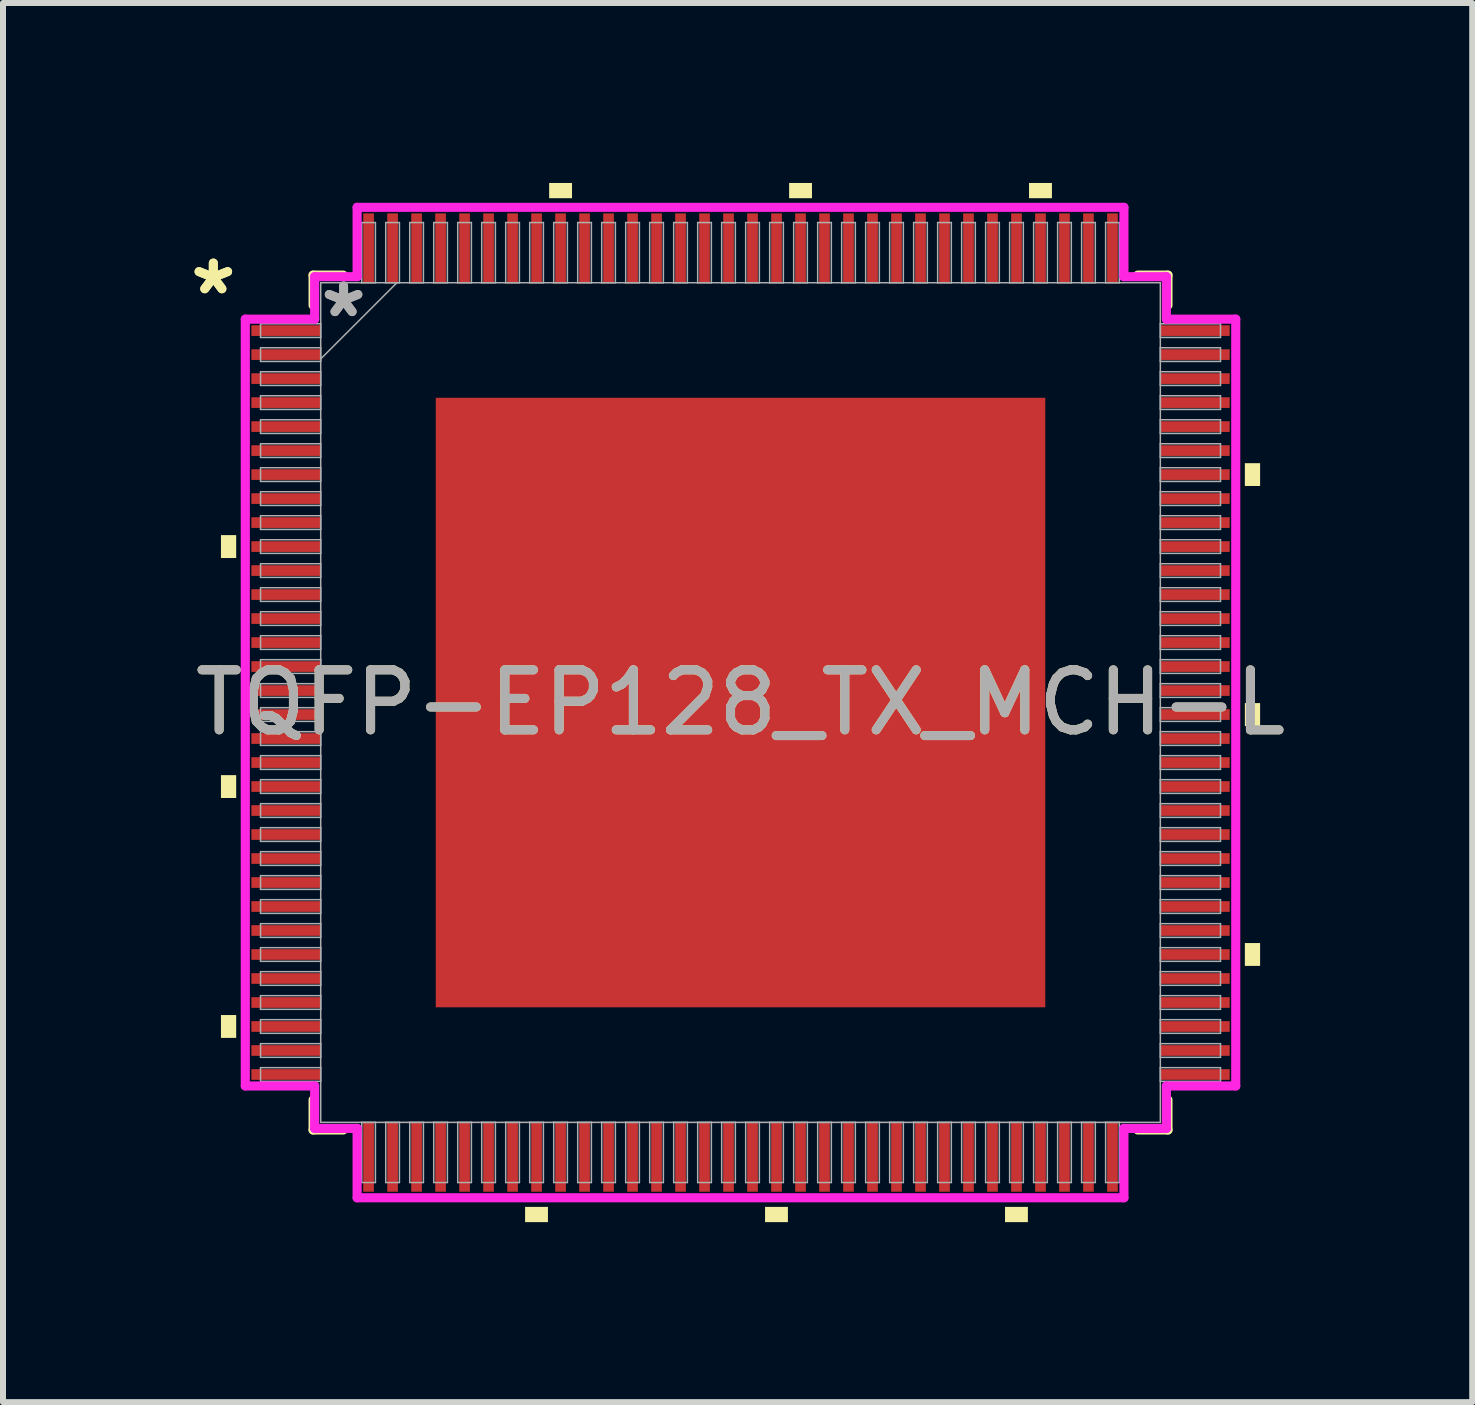
<source format=kicad_pcb>
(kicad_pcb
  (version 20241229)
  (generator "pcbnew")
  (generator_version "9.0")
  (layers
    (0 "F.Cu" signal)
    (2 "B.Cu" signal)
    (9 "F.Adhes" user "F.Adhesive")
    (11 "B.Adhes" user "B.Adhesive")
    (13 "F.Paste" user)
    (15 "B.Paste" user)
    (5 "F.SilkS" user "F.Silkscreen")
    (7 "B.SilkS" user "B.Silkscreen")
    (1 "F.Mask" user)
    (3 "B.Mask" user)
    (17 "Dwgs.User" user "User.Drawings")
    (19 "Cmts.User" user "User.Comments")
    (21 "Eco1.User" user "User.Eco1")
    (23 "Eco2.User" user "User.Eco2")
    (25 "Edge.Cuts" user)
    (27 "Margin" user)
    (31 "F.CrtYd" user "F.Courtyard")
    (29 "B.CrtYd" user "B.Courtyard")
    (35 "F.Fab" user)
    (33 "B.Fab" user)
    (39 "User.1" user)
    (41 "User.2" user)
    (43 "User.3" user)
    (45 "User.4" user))
  (footprint "TQFP-EP128_TX_MCH-L"
    (layer "F.Cu")
    (at 9.294 8.661)
    (property "Reference" "TQFP-EP128_TX_MCH-L" (at 0 0 0) (unlocked yes) (layer "F.SilkS") (effects (font (size 1 1) (thickness 0.15))))
    (attr smd)
    (fp_line (start -7.125 -7.125) (end -7.125 -6.622) (stroke (width 0.152) (type solid)) (layer "F.SilkS"))
    (fp_line (start -7.125 6.622) (end -7.125 7.125) (stroke (width 0.152) (type solid)) (layer "F.SilkS"))
    (fp_line (start -7.125 7.125) (end -6.622 7.125) (stroke (width 0.152) (type solid)) (layer "F.SilkS"))
    (fp_line (start -6.622 -7.125) (end -7.125 -7.125) (stroke (width 0.152) (type solid)) (layer "F.SilkS"))
    (fp_line (start 6.622 7.125) (end 7.125 7.125) (stroke (width 0.152) (type solid)) (layer "F.SilkS"))
    (fp_line (start 7.125 -7.125) (end 6.622 -7.125) (stroke (width 0.152) (type solid)) (layer "F.SilkS"))
    (fp_line (start 7.125 -6.622) (end 7.125 -7.125) (stroke (width 0.152) (type solid)) (layer "F.SilkS"))
    (fp_line (start 7.125 7.125) (end 7.125 6.622) (stroke (width 0.152) (type solid)) (layer "F.SilkS"))
    (fp_poly (pts (xy -8.661 -2.791) (xy -8.661 -2.409) (xy -8.407 -2.409) (xy -8.407 -2.791)) (stroke (width 0) (type solid)) (fill yes) (layer "F.SilkS"))
    (fp_poly (pts (xy -8.661 1.21) (xy -8.661 1.591) (xy -8.407 1.591) (xy -8.407 1.21)) (stroke (width 0) (type solid)) (fill yes) (layer "F.SilkS"))
    (fp_poly (pts (xy -8.661 5.209) (xy -8.661 5.59) (xy -8.407 5.59) (xy -8.407 5.209)) (stroke (width 0) (type solid)) (fill yes) (layer "F.SilkS"))
    (fp_poly (pts (xy -3.591 8.407) (xy -3.591 8.661) (xy -3.21 8.661) (xy -3.21 8.407)) (stroke (width 0) (type solid)) (fill yes) (layer "F.SilkS"))
    (fp_poly (pts (xy -3.19 -8.407) (xy -3.19 -8.661) (xy -2.809 -8.661) (xy -2.809 -8.407)) (stroke (width 0) (type solid)) (fill yes) (layer "F.SilkS"))
    (fp_poly (pts (xy 0.409 8.407) (xy 0.409 8.661) (xy 0.79 8.661) (xy 0.79 8.407)) (stroke (width 0) (type solid)) (fill yes) (layer "F.SilkS"))
    (fp_poly (pts (xy 0.81 -8.407) (xy 0.81 -8.661) (xy 1.191 -8.661) (xy 1.191 -8.407)) (stroke (width 0) (type solid)) (fill yes) (layer "F.SilkS"))
    (fp_poly (pts (xy 4.409 8.407) (xy 4.409 8.661) (xy 4.79 8.661) (xy 4.79 8.407)) (stroke (width 0) (type solid)) (fill yes) (layer "F.SilkS"))
    (fp_poly (pts (xy 4.809 -8.407) (xy 4.809 -8.661) (xy 5.191 -8.661) (xy 5.191 -8.407)) (stroke (width 0) (type solid)) (fill yes) (layer "F.SilkS"))
    (fp_poly (pts (xy 8.661 -3.99) (xy 8.661 -3.61) (xy 8.407 -3.61) (xy 8.407 -3.99)) (stroke (width 0) (type solid)) (fill yes) (layer "F.SilkS"))
    (fp_poly (pts (xy 8.661 0.009) (xy 8.661 0.391) (xy 8.407 0.391) (xy 8.407 0.009)) (stroke (width 0) (type solid)) (fill yes) (layer "F.SilkS"))
    (fp_poly (pts (xy 8.661 4.009) (xy 8.661 4.39) (xy 8.407 4.39) (xy 8.407 4.009)) (stroke (width 0) (type solid)) (fill yes) (layer "F.SilkS"))
    (fp_poly (pts (xy -4.98 -4.98) (xy -4.98 -3.91) (xy -3.91 -3.91) (xy -3.91 -4.98)) (stroke (width 0) (type solid)) (fill yes) (layer "F.Paste"))
    (fp_poly (pts (xy -4.98 -3.71) (xy -4.98 -2.64) (xy -3.91 -2.64) (xy -3.91 -3.71)) (stroke (width 0) (type solid)) (fill yes) (layer "F.Paste"))
    (fp_poly (pts (xy -4.98 -2.44) (xy -4.98 -1.37) (xy -3.91 -1.37) (xy -3.91 -2.44)) (stroke (width 0) (type solid)) (fill yes) (layer "F.Paste"))
    (fp_poly (pts (xy -4.98 -1.17) (xy -4.98 -0.1) (xy -3.91 -0.1) (xy -3.91 -1.17)) (stroke (width 0) (type solid)) (fill yes) (layer "F.Paste"))
    (fp_poly (pts (xy -4.98 0.1) (xy -4.98 1.17) (xy -3.91 1.17) (xy -3.91 0.1)) (stroke (width 0) (type solid)) (fill yes) (layer "F.Paste"))
    (fp_poly (pts (xy -4.98 1.37) (xy -4.98 2.44) (xy -3.91 2.44) (xy -3.91 1.37)) (stroke (width 0) (type solid)) (fill yes) (layer "F.Paste"))
    (fp_poly (pts (xy -4.98 2.64) (xy -4.98 3.71) (xy -3.91 3.71) (xy -3.91 2.64)) (stroke (width 0) (type solid)) (fill yes) (layer "F.Paste"))
    (fp_poly (pts (xy -4.98 3.91) (xy -4.98 4.98) (xy -3.91 4.98) (xy -3.91 3.91)) (stroke (width 0) (type solid)) (fill yes) (layer "F.Paste"))
    (fp_poly (pts (xy -3.71 -4.98) (xy -3.71 -3.91) (xy -2.64 -3.91) (xy -2.64 -4.98)) (stroke (width 0) (type solid)) (fill yes) (layer "F.Paste"))
    (fp_poly (pts (xy -3.71 -3.71) (xy -3.71 -2.64) (xy -2.64 -2.64) (xy -2.64 -3.71)) (stroke (width 0) (type solid)) (fill yes) (layer "F.Paste"))
    (fp_poly (pts (xy -3.71 -2.44) (xy -3.71 -1.37) (xy -2.64 -1.37) (xy -2.64 -2.44)) (stroke (width 0) (type solid)) (fill yes) (layer "F.Paste"))
    (fp_poly (pts (xy -3.71 -1.17) (xy -3.71 -0.1) (xy -2.64 -0.1) (xy -2.64 -1.17)) (stroke (width 0) (type solid)) (fill yes) (layer "F.Paste"))
    (fp_poly (pts (xy -3.71 0.1) (xy -3.71 1.17) (xy -2.64 1.17) (xy -2.64 0.1)) (stroke (width 0) (type solid)) (fill yes) (layer "F.Paste"))
    (fp_poly (pts (xy -3.71 1.37) (xy -3.71 2.44) (xy -2.64 2.44) (xy -2.64 1.37)) (stroke (width 0) (type solid)) (fill yes) (layer "F.Paste"))
    (fp_poly (pts (xy -3.71 2.64) (xy -3.71 3.71) (xy -2.64 3.71) (xy -2.64 2.64)) (stroke (width 0) (type solid)) (fill yes) (layer "F.Paste"))
    (fp_poly (pts (xy -3.71 3.91) (xy -3.71 4.98) (xy -2.64 4.98) (xy -2.64 3.91)) (stroke (width 0) (type solid)) (fill yes) (layer "F.Paste"))
    (fp_poly (pts (xy -2.44 -4.98) (xy -2.44 -3.91) (xy -1.37 -3.91) (xy -1.37 -4.98)) (stroke (width 0) (type solid)) (fill yes) (layer "F.Paste"))
    (fp_poly (pts (xy -2.44 -3.71) (xy -2.44 -2.64) (xy -1.37 -2.64) (xy -1.37 -3.71)) (stroke (width 0) (type solid)) (fill yes) (layer "F.Paste"))
    (fp_poly (pts (xy -2.44 -2.44) (xy -2.44 -1.37) (xy -1.37 -1.37) (xy -1.37 -2.44)) (stroke (width 0) (type solid)) (fill yes) (layer "F.Paste"))
    (fp_poly (pts (xy -2.44 -1.17) (xy -2.44 -0.1) (xy -1.37 -0.1) (xy -1.37 -1.17)) (stroke (width 0) (type solid)) (fill yes) (layer "F.Paste"))
    (fp_poly (pts (xy -2.44 0.1) (xy -2.44 1.17) (xy -1.37 1.17) (xy -1.37 0.1)) (stroke (width 0) (type solid)) (fill yes) (layer "F.Paste"))
    (fp_poly (pts (xy -2.44 1.37) (xy -2.44 2.44) (xy -1.37 2.44) (xy -1.37 1.37)) (stroke (width 0) (type solid)) (fill yes) (layer "F.Paste"))
    (fp_poly (pts (xy -2.44 2.64) (xy -2.44 3.71) (xy -1.37 3.71) (xy -1.37 2.64)) (stroke (width 0) (type solid)) (fill yes) (layer "F.Paste"))
    (fp_poly (pts (xy -2.44 3.91) (xy -2.44 4.98) (xy -1.37 4.98) (xy -1.37 3.91)) (stroke (width 0) (type solid)) (fill yes) (layer "F.Paste"))
    (fp_poly (pts (xy -1.17 -4.98) (xy -1.17 -3.91) (xy -0.1 -3.91) (xy -0.1 -4.98)) (stroke (width 0) (type solid)) (fill yes) (layer "F.Paste"))
    (fp_poly (pts (xy -1.17 -3.71) (xy -1.17 -2.64) (xy -0.1 -2.64) (xy -0.1 -3.71)) (stroke (width 0) (type solid)) (fill yes) (layer "F.Paste"))
    (fp_poly (pts (xy -1.17 -2.44) (xy -1.17 -1.37) (xy -0.1 -1.37) (xy -0.1 -2.44)) (stroke (width 0) (type solid)) (fill yes) (layer "F.Paste"))
    (fp_poly (pts (xy -1.17 -1.17) (xy -1.17 -0.1) (xy -0.1 -0.1) (xy -0.1 -1.17)) (stroke (width 0) (type solid)) (fill yes) (layer "F.Paste"))
    (fp_poly (pts (xy -1.17 0.1) (xy -1.17 1.17) (xy -0.1 1.17) (xy -0.1 0.1)) (stroke (width 0) (type solid)) (fill yes) (layer "F.Paste"))
    (fp_poly (pts (xy -1.17 1.37) (xy -1.17 2.44) (xy -0.1 2.44) (xy -0.1 1.37)) (stroke (width 0) (type solid)) (fill yes) (layer "F.Paste"))
    (fp_poly (pts (xy -1.17 2.64) (xy -1.17 3.71) (xy -0.1 3.71) (xy -0.1 2.64)) (stroke (width 0) (type solid)) (fill yes) (layer "F.Paste"))
    (fp_poly (pts (xy -1.17 3.91) (xy -1.17 4.98) (xy -0.1 4.98) (xy -0.1 3.91)) (stroke (width 0) (type solid)) (fill yes) (layer "F.Paste"))
    (fp_poly (pts (xy 0.1 -4.98) (xy 0.1 -3.91) (xy 1.17 -3.91) (xy 1.17 -4.98)) (stroke (width 0) (type solid)) (fill yes) (layer "F.Paste"))
    (fp_poly (pts (xy 0.1 -3.71) (xy 0.1 -2.64) (xy 1.17 -2.64) (xy 1.17 -3.71)) (stroke (width 0) (type solid)) (fill yes) (layer "F.Paste"))
    (fp_poly (pts (xy 0.1 -2.44) (xy 0.1 -1.37) (xy 1.17 -1.37) (xy 1.17 -2.44)) (stroke (width 0) (type solid)) (fill yes) (layer "F.Paste"))
    (fp_poly (pts (xy 0.1 -1.17) (xy 0.1 -0.1) (xy 1.17 -0.1) (xy 1.17 -1.17)) (stroke (width 0) (type solid)) (fill yes) (layer "F.Paste"))
    (fp_poly (pts (xy 0.1 0.1) (xy 0.1 1.17) (xy 1.17 1.17) (xy 1.17 0.1)) (stroke (width 0) (type solid)) (fill yes) (layer "F.Paste"))
    (fp_poly (pts (xy 0.1 1.37) (xy 0.1 2.44) (xy 1.17 2.44) (xy 1.17 1.37)) (stroke (width 0) (type solid)) (fill yes) (layer "F.Paste"))
    (fp_poly (pts (xy 0.1 2.64) (xy 0.1 3.71) (xy 1.17 3.71) (xy 1.17 2.64)) (stroke (width 0) (type solid)) (fill yes) (layer "F.Paste"))
    (fp_poly (pts (xy 0.1 3.91) (xy 0.1 4.98) (xy 1.17 4.98) (xy 1.17 3.91)) (stroke (width 0) (type solid)) (fill yes) (layer "F.Paste"))
    (fp_poly (pts (xy 1.37 -4.98) (xy 1.37 -3.91) (xy 2.44 -3.91) (xy 2.44 -4.98)) (stroke (width 0) (type solid)) (fill yes) (layer "F.Paste"))
    (fp_poly (pts (xy 1.37 -3.71) (xy 1.37 -2.64) (xy 2.44 -2.64) (xy 2.44 -3.71)) (stroke (width 0) (type solid)) (fill yes) (layer "F.Paste"))
    (fp_poly (pts (xy 1.37 -2.44) (xy 1.37 -1.37) (xy 2.44 -1.37) (xy 2.44 -2.44)) (stroke (width 0) (type solid)) (fill yes) (layer "F.Paste"))
    (fp_poly (pts (xy 1.37 -1.17) (xy 1.37 -0.1) (xy 2.44 -0.1) (xy 2.44 -1.17)) (stroke (width 0) (type solid)) (fill yes) (layer "F.Paste"))
    (fp_poly (pts (xy 1.37 0.1) (xy 1.37 1.17) (xy 2.44 1.17) (xy 2.44 0.1)) (stroke (width 0) (type solid)) (fill yes) (layer "F.Paste"))
    (fp_poly (pts (xy 1.37 1.37) (xy 1.37 2.44) (xy 2.44 2.44) (xy 2.44 1.37)) (stroke (width 0) (type solid)) (fill yes) (layer "F.Paste"))
    (fp_poly (pts (xy 1.37 2.64) (xy 1.37 3.71) (xy 2.44 3.71) (xy 2.44 2.64)) (stroke (width 0) (type solid)) (fill yes) (layer "F.Paste"))
    (fp_poly (pts (xy 1.37 3.91) (xy 1.37 4.98) (xy 2.44 4.98) (xy 2.44 3.91)) (stroke (width 0) (type solid)) (fill yes) (layer "F.Paste"))
    (fp_poly (pts (xy 2.64 -4.98) (xy 2.64 -3.91) (xy 3.71 -3.91) (xy 3.71 -4.98)) (stroke (width 0) (type solid)) (fill yes) (layer "F.Paste"))
    (fp_poly (pts (xy 2.64 -3.71) (xy 2.64 -2.64) (xy 3.71 -2.64) (xy 3.71 -3.71)) (stroke (width 0) (type solid)) (fill yes) (layer "F.Paste"))
    (fp_poly (pts (xy 2.64 -2.44) (xy 2.64 -1.37) (xy 3.71 -1.37) (xy 3.71 -2.44)) (stroke (width 0) (type solid)) (fill yes) (layer "F.Paste"))
    (fp_poly (pts (xy 2.64 -1.17) (xy 2.64 -0.1) (xy 3.71 -0.1) (xy 3.71 -1.17)) (stroke (width 0) (type solid)) (fill yes) (layer "F.Paste"))
    (fp_poly (pts (xy 2.64 0.1) (xy 2.64 1.17) (xy 3.71 1.17) (xy 3.71 0.1)) (stroke (width 0) (type solid)) (fill yes) (layer "F.Paste"))
    (fp_poly (pts (xy 2.64 1.37) (xy 2.64 2.44) (xy 3.71 2.44) (xy 3.71 1.37)) (stroke (width 0) (type solid)) (fill yes) (layer "F.Paste"))
    (fp_poly (pts (xy 2.64 2.64) (xy 2.64 3.71) (xy 3.71 3.71) (xy 3.71 2.64)) (stroke (width 0) (type solid)) (fill yes) (layer "F.Paste"))
    (fp_poly (pts (xy 2.64 3.91) (xy 2.64 4.98) (xy 3.71 4.98) (xy 3.71 3.91)) (stroke (width 0) (type solid)) (fill yes) (layer "F.Paste"))
    (fp_poly (pts (xy 3.91 -4.98) (xy 3.91 -3.91) (xy 4.98 -3.91) (xy 4.98 -4.98)) (stroke (width 0) (type solid)) (fill yes) (layer "F.Paste"))
    (fp_poly (pts (xy 3.91 -3.71) (xy 3.91 -2.64) (xy 4.98 -2.64) (xy 4.98 -3.71)) (stroke (width 0) (type solid)) (fill yes) (layer "F.Paste"))
    (fp_poly (pts (xy 3.91 -2.44) (xy 3.91 -1.37) (xy 4.98 -1.37) (xy 4.98 -2.44)) (stroke (width 0) (type solid)) (fill yes) (layer "F.Paste"))
    (fp_poly (pts (xy 3.91 -1.17) (xy 3.91 -0.1) (xy 4.98 -0.1) (xy 4.98 -1.17)) (stroke (width 0) (type solid)) (fill yes) (layer "F.Paste"))
    (fp_poly (pts (xy 3.91 0.1) (xy 3.91 1.17) (xy 4.98 1.17) (xy 4.98 0.1)) (stroke (width 0) (type solid)) (fill yes) (layer "F.Paste"))
    (fp_poly (pts (xy 3.91 1.37) (xy 3.91 2.44) (xy 4.98 2.44) (xy 4.98 1.37)) (stroke (width 0) (type solid)) (fill yes) (layer "F.Paste"))
    (fp_poly (pts (xy 3.91 2.64) (xy 3.91 3.71) (xy 4.98 3.71) (xy 4.98 2.64)) (stroke (width 0) (type solid)) (fill yes) (layer "F.Paste"))
    (fp_poly (pts (xy 3.91 3.91) (xy 3.91 4.98) (xy 4.98 4.98) (xy 4.98 3.91)) (stroke (width 0) (type solid)) (fill yes) (layer "F.Paste"))
    (fp_line (start -8.255 -6.391) (end -7.099 -6.391) (stroke (width 0.152) (type solid)) (layer "F.CrtYd"))
    (fp_line (start -8.255 6.391) (end -8.255 -6.391) (stroke (width 0.152) (type solid)) (layer "F.CrtYd"))
    (fp_line (start -7.099 -7.099) (end -6.391 -7.099) (stroke (width 0.152) (type solid)) (layer "F.CrtYd"))
    (fp_line (start -7.099 -6.391) (end -7.099 -7.099) (stroke (width 0.152) (type solid)) (layer "F.CrtYd"))
    (fp_line (start -7.099 6.391) (end -8.255 6.391) (stroke (width 0.152) (type solid)) (layer "F.CrtYd"))
    (fp_line (start -7.099 7.099) (end -7.099 6.391) (stroke (width 0.152) (type solid)) (layer "F.CrtYd"))
    (fp_line (start -7.099 7.099) (end -6.391 7.099) (stroke (width 0.152) (type solid)) (layer "F.CrtYd"))
    (fp_line (start -6.391 -8.255) (end 6.391 -8.255) (stroke (width 0.152) (type solid)) (layer "F.CrtYd"))
    (fp_line (start -6.391 -7.099) (end -6.391 -8.255) (stroke (width 0.152) (type solid)) (layer "F.CrtYd"))
    (fp_line (start -6.391 7.099) (end -6.391 8.255) (stroke (width 0.152) (type solid)) (layer "F.CrtYd"))
    (fp_line (start -6.391 8.255) (end 6.391 8.255) (stroke (width 0.152) (type solid)) (layer "F.CrtYd"))
    (fp_line (start 6.391 -8.255) (end 6.391 -7.099) (stroke (width 0.152) (type solid)) (layer "F.CrtYd"))
    (fp_line (start 6.391 -7.099) (end 7.099 -7.099) (stroke (width 0.152) (type solid)) (layer "F.CrtYd"))
    (fp_line (start 6.391 7.099) (end 7.099 7.099) (stroke (width 0.152) (type solid)) (layer "F.CrtYd"))
    (fp_line (start 6.391 8.255) (end 6.391 7.099) (stroke (width 0.152) (type solid)) (layer "F.CrtYd"))
    (fp_line (start 7.099 -6.391) (end 7.099 -7.099) (stroke (width 0.152) (type solid)) (layer "F.CrtYd"))
    (fp_line (start 7.099 6.391) (end 8.255 6.391) (stroke (width 0.152) (type solid)) (layer "F.CrtYd"))
    (fp_line (start 7.099 7.099) (end 7.099 6.391) (stroke (width 0.152) (type solid)) (layer "F.CrtYd"))
    (fp_line (start 8.255 -6.391) (end 7.099 -6.391) (stroke (width 0.152) (type solid)) (layer "F.CrtYd"))
    (fp_line (start 8.255 6.391) (end 8.255 -6.391) (stroke (width 0.152) (type solid)) (layer "F.CrtYd"))
    (fp_line (start -8.001 -6.314) (end -8.001 -6.086) (stroke (width 0.025) (type solid)) (layer "F.Fab"))
    (fp_line (start -8.001 -6.086) (end -6.998 -6.086) (stroke (width 0.025) (type solid)) (layer "F.Fab"))
    (fp_line (start -8.001 -5.914) (end -8.001 -5.686) (stroke (width 0.025) (type solid)) (layer "F.Fab"))
    (fp_line (start -8.001 -5.686) (end -6.998 -5.686) (stroke (width 0.025) (type solid)) (layer "F.Fab"))
    (fp_line (start -8.001 -5.514) (end -8.001 -5.286) (stroke (width 0.025) (type solid)) (layer "F.Fab"))
    (fp_line (start -8.001 -5.286) (end -6.998 -5.286) (stroke (width 0.025) (type solid)) (layer "F.Fab"))
    (fp_line (start -8.001 -5.114) (end -8.001 -4.886) (stroke (width 0.025) (type solid)) (layer "F.Fab"))
    (fp_line (start -8.001 -4.886) (end -6.998 -4.886) (stroke (width 0.025) (type solid)) (layer "F.Fab"))
    (fp_line (start -8.001 -4.714) (end -8.001 -4.486) (stroke (width 0.025) (type solid)) (layer "F.Fab"))
    (fp_line (start -8.001 -4.486) (end -6.998 -4.486) (stroke (width 0.025) (type solid)) (layer "F.Fab"))
    (fp_line (start -8.001 -4.314) (end -8.001 -4.086) (stroke (width 0.025) (type solid)) (layer "F.Fab"))
    (fp_line (start -8.001 -4.086) (end -6.998 -4.086) (stroke (width 0.025) (type solid)) (layer "F.Fab"))
    (fp_line (start -8.001 -3.914) (end -8.001 -3.686) (stroke (width 0.025) (type solid)) (layer "F.Fab"))
    (fp_line (start -8.001 -3.686) (end -6.998 -3.686) (stroke (width 0.025) (type solid)) (layer "F.Fab"))
    (fp_line (start -8.001 -3.514) (end -8.001 -3.286) (stroke (width 0.025) (type solid)) (layer "F.Fab"))
    (fp_line (start -8.001 -3.286) (end -6.998 -3.286) (stroke (width 0.025) (type solid)) (layer "F.Fab"))
    (fp_line (start -8.001 -3.114) (end -8.001 -2.886) (stroke (width 0.025) (type solid)) (layer "F.Fab"))
    (fp_line (start -8.001 -2.886) (end -6.998 -2.886) (stroke (width 0.025) (type solid)) (layer "F.Fab"))
    (fp_line (start -8.001 -2.714) (end -8.001 -2.486) (stroke (width 0.025) (type solid)) (layer "F.Fab"))
    (fp_line (start -8.001 -2.486) (end -6.998 -2.486) (stroke (width 0.025) (type solid)) (layer "F.Fab"))
    (fp_line (start -8.001 -2.314) (end -8.001 -2.086) (stroke (width 0.025) (type solid)) (layer "F.Fab"))
    (fp_line (start -8.001 -2.086) (end -6.998 -2.086) (stroke (width 0.025) (type solid)) (layer "F.Fab"))
    (fp_line (start -8.001 -1.914) (end -8.001 -1.686) (stroke (width 0.025) (type solid)) (layer "F.Fab"))
    (fp_line (start -8.001 -1.686) (end -6.998 -1.686) (stroke (width 0.025) (type solid)) (layer "F.Fab"))
    (fp_line (start -8.001 -1.514) (end -8.001 -1.286) (stroke (width 0.025) (type solid)) (layer "F.Fab"))
    (fp_line (start -8.001 -1.286) (end -6.998 -1.286) (stroke (width 0.025) (type solid)) (layer "F.Fab"))
    (fp_line (start -8.001 -1.114) (end -8.001 -0.886) (stroke (width 0.025) (type solid)) (layer "F.Fab"))
    (fp_line (start -8.001 -0.886) (end -6.998 -0.886) (stroke (width 0.025) (type solid)) (layer "F.Fab"))
    (fp_line (start -8.001 -0.714) (end -8.001 -0.486) (stroke (width 0.025) (type solid)) (layer "F.Fab"))
    (fp_line (start -8.001 -0.486) (end -6.998 -0.486) (stroke (width 0.025) (type solid)) (layer "F.Fab"))
    (fp_line (start -8.001 -0.314) (end -8.001 -0.086) (stroke (width 0.025) (type solid)) (layer "F.Fab"))
    (fp_line (start -8.001 -0.086) (end -6.998 -0.086) (stroke (width 0.025) (type solid)) (layer "F.Fab"))
    (fp_line (start -8.001 0.086) (end -8.001 0.314) (stroke (width 0.025) (type solid)) (layer "F.Fab"))
    (fp_line (start -8.001 0.314) (end -6.998 0.314) (stroke (width 0.025) (type solid)) (layer "F.Fab"))
    (fp_line (start -8.001 0.486) (end -8.001 0.714) (stroke (width 0.025) (type solid)) (layer "F.Fab"))
    (fp_line (start -8.001 0.714) (end -6.998 0.714) (stroke (width 0.025) (type solid)) (layer "F.Fab"))
    (fp_line (start -8.001 0.886) (end -8.001 1.114) (stroke (width 0.025) (type solid)) (layer "F.Fab"))
    (fp_line (start -8.001 1.114) (end -6.998 1.114) (stroke (width 0.025) (type solid)) (layer "F.Fab"))
    (fp_line (start -8.001 1.286) (end -8.001 1.514) (stroke (width 0.025) (type solid)) (layer "F.Fab"))
    (fp_line (start -8.001 1.514) (end -6.998 1.514) (stroke (width 0.025) (type solid)) (layer "F.Fab"))
    (fp_line (start -8.001 1.686) (end -8.001 1.914) (stroke (width 0.025) (type solid)) (layer "F.Fab"))
    (fp_line (start -8.001 1.914) (end -6.998 1.914) (stroke (width 0.025) (type solid)) (layer "F.Fab"))
    (fp_line (start -8.001 2.086) (end -8.001 2.314) (stroke (width 0.025) (type solid)) (layer "F.Fab"))
    (fp_line (start -8.001 2.314) (end -6.998 2.314) (stroke (width 0.025) (type solid)) (layer "F.Fab"))
    (fp_line (start -8.001 2.486) (end -8.001 2.714) (stroke (width 0.025) (type solid)) (layer "F.Fab"))
    (fp_line (start -8.001 2.714) (end -6.998 2.714) (stroke (width 0.025) (type solid)) (layer "F.Fab"))
    (fp_line (start -8.001 2.886) (end -8.001 3.114) (stroke (width 0.025) (type solid)) (layer "F.Fab"))
    (fp_line (start -8.001 3.114) (end -6.998 3.114) (stroke (width 0.025) (type solid)) (layer "F.Fab"))
    (fp_line (start -8.001 3.286) (end -8.001 3.514) (stroke (width 0.025) (type solid)) (layer "F.Fab"))
    (fp_line (start -8.001 3.514) (end -6.998 3.514) (stroke (width 0.025) (type solid)) (layer "F.Fab"))
    (fp_line (start -8.001 3.686) (end -8.001 3.914) (stroke (width 0.025) (type solid)) (layer "F.Fab"))
    (fp_line (start -8.001 3.914) (end -6.998 3.914) (stroke (width 0.025) (type solid)) (layer "F.Fab"))
    (fp_line (start -8.001 4.086) (end -8.001 4.314) (stroke (width 0.025) (type solid)) (layer "F.Fab"))
    (fp_line (start -8.001 4.314) (end -6.998 4.314) (stroke (width 0.025) (type solid)) (layer "F.Fab"))
    (fp_line (start -8.001 4.486) (end -8.001 4.714) (stroke (width 0.025) (type solid)) (layer "F.Fab"))
    (fp_line (start -8.001 4.714) (end -6.998 4.714) (stroke (width 0.025) (type solid)) (layer "F.Fab"))
    (fp_line (start -8.001 4.886) (end -8.001 5.114) (stroke (width 0.025) (type solid)) (layer "F.Fab"))
    (fp_line (start -8.001 5.114) (end -6.998 5.114) (stroke (width 0.025) (type solid)) (layer "F.Fab"))
    (fp_line (start -8.001 5.286) (end -8.001 5.514) (stroke (width 0.025) (type solid)) (layer "F.Fab"))
    (fp_line (start -8.001 5.514) (end -6.998 5.514) (stroke (width 0.025) (type solid)) (layer "F.Fab"))
    (fp_line (start -8.001 5.686) (end -8.001 5.914) (stroke (width 0.025) (type solid)) (layer "F.Fab"))
    (fp_line (start -8.001 5.914) (end -6.998 5.914) (stroke (width 0.025) (type solid)) (layer "F.Fab"))
    (fp_line (start -8.001 6.086) (end -8.001 6.314) (stroke (width 0.025) (type solid)) (layer "F.Fab"))
    (fp_line (start -8.001 6.314) (end -6.998 6.314) (stroke (width 0.025) (type solid)) (layer "F.Fab"))
    (fp_line (start -6.998 -6.998) (end -6.998 6.998) (stroke (width 0.025) (type solid)) (layer "F.Fab"))
    (fp_line (start -6.998 -6.314) (end -8.001 -6.314) (stroke (width 0.025) (type solid)) (layer "F.Fab"))
    (fp_line (start -6.998 -6.086) (end -6.998 -6.314) (stroke (width 0.025) (type solid)) (layer "F.Fab"))
    (fp_line (start -6.998 -5.914) (end -8.001 -5.914) (stroke (width 0.025) (type solid)) (layer "F.Fab"))
    (fp_line (start -6.998 -5.728) (end -5.728 -6.998) (stroke (width 0.025) (type solid)) (layer "F.Fab"))
    (fp_line (start -6.998 -5.686) (end -6.998 -5.914) (stroke (width 0.025) (type solid)) (layer "F.Fab"))
    (fp_line (start -6.998 -5.514) (end -8.001 -5.514) (stroke (width 0.025) (type solid)) (layer "F.Fab"))
    (fp_line (start -6.998 -5.286) (end -6.998 -5.514) (stroke (width 0.025) (type solid)) (layer "F.Fab"))
    (fp_line (start -6.998 -5.114) (end -8.001 -5.114) (stroke (width 0.025) (type solid)) (layer "F.Fab"))
    (fp_line (start -6.998 -4.886) (end -6.998 -5.114) (stroke (width 0.025) (type solid)) (layer "F.Fab"))
    (fp_line (start -6.998 -4.714) (end -8.001 -4.714) (stroke (width 0.025) (type solid)) (layer "F.Fab"))
    (fp_line (start -6.998 -4.486) (end -6.998 -4.714) (stroke (width 0.025) (type solid)) (layer "F.Fab"))
    (fp_line (start -6.998 -4.314) (end -8.001 -4.314) (stroke (width 0.025) (type solid)) (layer "F.Fab"))
    (fp_line (start -6.998 -4.086) (end -6.998 -4.314) (stroke (width 0.025) (type solid)) (layer "F.Fab"))
    (fp_line (start -6.998 -3.914) (end -8.001 -3.914) (stroke (width 0.025) (type solid)) (layer "F.Fab"))
    (fp_line (start -6.998 -3.686) (end -6.998 -3.914) (stroke (width 0.025) (type solid)) (layer "F.Fab"))
    (fp_line (start -6.998 -3.514) (end -8.001 -3.514) (stroke (width 0.025) (type solid)) (layer "F.Fab"))
    (fp_line (start -6.998 -3.286) (end -6.998 -3.514) (stroke (width 0.025) (type solid)) (layer "F.Fab"))
    (fp_line (start -6.998 -3.114) (end -8.001 -3.114) (stroke (width 0.025) (type solid)) (layer "F.Fab"))
    (fp_line (start -6.998 -2.886) (end -6.998 -3.114) (stroke (width 0.025) (type solid)) (layer "F.Fab"))
    (fp_line (start -6.998 -2.714) (end -8.001 -2.714) (stroke (width 0.025) (type solid)) (layer "F.Fab"))
    (fp_line (start -6.998 -2.486) (end -6.998 -2.714) (stroke (width 0.025) (type solid)) (layer "F.Fab"))
    (fp_line (start -6.998 -2.314) (end -8.001 -2.314) (stroke (width 0.025) (type solid)) (layer "F.Fab"))
    (fp_line (start -6.998 -2.086) (end -6.998 -2.314) (stroke (width 0.025) (type solid)) (layer "F.Fab"))
    (fp_line (start -6.998 -1.914) (end -8.001 -1.914) (stroke (width 0.025) (type solid)) (layer "F.Fab"))
    (fp_line (start -6.998 -1.686) (end -6.998 -1.914) (stroke (width 0.025) (type solid)) (layer "F.Fab"))
    (fp_line (start -6.998 -1.514) (end -8.001 -1.514) (stroke (width 0.025) (type solid)) (layer "F.Fab"))
    (fp_line (start -6.998 -1.286) (end -6.998 -1.514) (stroke (width 0.025) (type solid)) (layer "F.Fab"))
    (fp_line (start -6.998 -1.114) (end -8.001 -1.114) (stroke (width 0.025) (type solid)) (layer "F.Fab"))
    (fp_line (start -6.998 -0.886) (end -6.998 -1.114) (stroke (width 0.025) (type solid)) (layer "F.Fab"))
    (fp_line (start -6.998 -0.714) (end -8.001 -0.714) (stroke (width 0.025) (type solid)) (layer "F.Fab"))
    (fp_line (start -6.998 -0.486) (end -6.998 -0.714) (stroke (width 0.025) (type solid)) (layer "F.Fab"))
    (fp_line (start -6.998 -0.314) (end -8.001 -0.314) (stroke (width 0.025) (type solid)) (layer "F.Fab"))
    (fp_line (start -6.998 -0.086) (end -6.998 -0.314) (stroke (width 0.025) (type solid)) (layer "F.Fab"))
    (fp_line (start -6.998 0.086) (end -8.001 0.086) (stroke (width 0.025) (type solid)) (layer "F.Fab"))
    (fp_line (start -6.998 0.314) (end -6.998 0.086) (stroke (width 0.025) (type solid)) (layer "F.Fab"))
    (fp_line (start -6.998 0.486) (end -8.001 0.486) (stroke (width 0.025) (type solid)) (layer "F.Fab"))
    (fp_line (start -6.998 0.714) (end -6.998 0.486) (stroke (width 0.025) (type solid)) (layer "F.Fab"))
    (fp_line (start -6.998 0.886) (end -8.001 0.886) (stroke (width 0.025) (type solid)) (layer "F.Fab"))
    (fp_line (start -6.998 1.114) (end -6.998 0.886) (stroke (width 0.025) (type solid)) (layer "F.Fab"))
    (fp_line (start -6.998 1.286) (end -8.001 1.286) (stroke (width 0.025) (type solid)) (layer "F.Fab"))
    (fp_line (start -6.998 1.514) (end -6.998 1.286) (stroke (width 0.025) (type solid)) (layer "F.Fab"))
    (fp_line (start -6.998 1.686) (end -8.001 1.686) (stroke (width 0.025) (type solid)) (layer "F.Fab"))
    (fp_line (start -6.998 1.914) (end -6.998 1.686) (stroke (width 0.025) (type solid)) (layer "F.Fab"))
    (fp_line (start -6.998 2.086) (end -8.001 2.086) (stroke (width 0.025) (type solid)) (layer "F.Fab"))
    (fp_line (start -6.998 2.314) (end -6.998 2.086) (stroke (width 0.025) (type solid)) (layer "F.Fab"))
    (fp_line (start -6.998 2.486) (end -8.001 2.486) (stroke (width 0.025) (type solid)) (layer "F.Fab"))
    (fp_line (start -6.998 2.714) (end -6.998 2.486) (stroke (width 0.025) (type solid)) (layer "F.Fab"))
    (fp_line (start -6.998 2.886) (end -8.001 2.886) (stroke (width 0.025) (type solid)) (layer "F.Fab"))
    (fp_line (start -6.998 3.114) (end -6.998 2.886) (stroke (width 0.025) (type solid)) (layer "F.Fab"))
    (fp_line (start -6.998 3.286) (end -8.001 3.286) (stroke (width 0.025) (type solid)) (layer "F.Fab"))
    (fp_line (start -6.998 3.514) (end -6.998 3.286) (stroke (width 0.025) (type solid)) (layer "F.Fab"))
    (fp_line (start -6.998 3.686) (end -8.001 3.686) (stroke (width 0.025) (type solid)) (layer "F.Fab"))
    (fp_line (start -6.998 3.914) (end -6.998 3.686) (stroke (width 0.025) (type solid)) (layer "F.Fab"))
    (fp_line (start -6.998 4.086) (end -8.001 4.086) (stroke (width 0.025) (type solid)) (layer "F.Fab"))
    (fp_line (start -6.998 4.314) (end -6.998 4.086) (stroke (width 0.025) (type solid)) (layer "F.Fab"))
    (fp_line (start -6.998 4.486) (end -8.001 4.486) (stroke (width 0.025) (type solid)) (layer "F.Fab"))
    (fp_line (start -6.998 4.714) (end -6.998 4.486) (stroke (width 0.025) (type solid)) (layer "F.Fab"))
    (fp_line (start -6.998 4.886) (end -8.001 4.886) (stroke (width 0.025) (type solid)) (layer "F.Fab"))
    (fp_line (start -6.998 5.114) (end -6.998 4.886) (stroke (width 0.025) (type solid)) (layer "F.Fab"))
    (fp_line (start -6.998 5.286) (end -8.001 5.286) (stroke (width 0.025) (type solid)) (layer "F.Fab"))
    (fp_line (start -6.998 5.514) (end -6.998 5.286) (stroke (width 0.025) (type solid)) (layer "F.Fab"))
    (fp_line (start -6.998 5.686) (end -8.001 5.686) (stroke (width 0.025) (type solid)) (layer "F.Fab"))
    (fp_line (start -6.998 5.914) (end -6.998 5.686) (stroke (width 0.025) (type solid)) (layer "F.Fab"))
    (fp_line (start -6.998 6.086) (end -8.001 6.086) (stroke (width 0.025) (type solid)) (layer "F.Fab"))
    (fp_line (start -6.998 6.314) (end -6.998 6.086) (stroke (width 0.025) (type solid)) (layer "F.Fab"))
    (fp_line (start -6.998 6.998) (end 6.998 6.998) (stroke (width 0.025) (type solid)) (layer "F.Fab"))
    (fp_line (start -6.314 -8.001) (end -6.314 -6.998) (stroke (width 0.025) (type solid)) (layer "F.Fab"))
    (fp_line (start -6.314 -6.998) (end -6.086 -6.998) (stroke (width 0.025) (type solid)) (layer "F.Fab"))
    (fp_line (start -6.314 6.998) (end -6.314 8.001) (stroke (width 0.025) (type solid)) (layer "F.Fab"))
    (fp_line (start -6.314 8.001) (end -6.086 8.001) (stroke (width 0.025) (type solid)) (layer "F.Fab"))
    (fp_line (start -6.086 -8.001) (end -6.314 -8.001) (stroke (width 0.025) (type solid)) (layer "F.Fab"))
    (fp_line (start -6.086 -6.998) (end -6.086 -8.001) (stroke (width 0.025) (type solid)) (layer "F.Fab"))
    (fp_line (start -6.086 6.998) (end -6.314 6.998) (stroke (width 0.025) (type solid)) (layer "F.Fab"))
    (fp_line (start -6.086 8.001) (end -6.086 6.998) (stroke (width 0.025) (type solid)) (layer "F.Fab"))
    (fp_line (start -5.914 6.998) (end -5.914 8.001) (stroke (width 0.025) (type solid)) (layer "F.Fab"))
    (fp_line (start -5.914 8.001) (end -5.686 8.001) (stroke (width 0.025) (type solid)) (layer "F.Fab"))
    (fp_line (start -5.914 -8.001) (end -5.914 -6.998) (stroke (width 0.025) (type solid)) (layer "F.Fab"))
    (fp_line (start -5.914 -6.998) (end -5.686 -6.998) (stroke (width 0.025) (type solid)) (layer "F.Fab"))
    (fp_line (start -5.686 6.998) (end -5.914 6.998) (stroke (width 0.025) (type solid)) (layer "F.Fab"))
    (fp_line (start -5.686 8.001) (end -5.686 6.998) (stroke (width 0.025) (type solid)) (layer "F.Fab"))
    (fp_line (start -5.686 -8.001) (end -5.914 -8.001) (stroke (width 0.025) (type solid)) (layer "F.Fab"))
    (fp_line (start -5.686 -6.998) (end -5.686 -8.001) (stroke (width 0.025) (type solid)) (layer "F.Fab"))
    (fp_line (start -5.514 6.998) (end -5.514 8.001) (stroke (width 0.025) (type solid)) (layer "F.Fab"))
    (fp_line (start -5.514 8.001) (end -5.286 8.001) (stroke (width 0.025) (type solid)) (layer "F.Fab"))
    (fp_line (start -5.514 -8.001) (end -5.514 -6.998) (stroke (width 0.025) (type solid)) (layer "F.Fab"))
    (fp_line (start -5.514 -6.998) (end -5.286 -6.998) (stroke (width 0.025) (type solid)) (layer "F.Fab"))
    (fp_line (start -5.286 6.998) (end -5.514 6.998) (stroke (width 0.025) (type solid)) (layer "F.Fab"))
    (fp_line (start -5.286 8.001) (end -5.286 6.998) (stroke (width 0.025) (type solid)) (layer "F.Fab"))
    (fp_line (start -5.286 -8.001) (end -5.514 -8.001) (stroke (width 0.025) (type solid)) (layer "F.Fab"))
    (fp_line (start -5.286 -6.998) (end -5.286 -8.001) (stroke (width 0.025) (type solid)) (layer "F.Fab"))
    (fp_line (start -5.114 6.998) (end -5.114 8.001) (stroke (width 0.025) (type solid)) (layer "F.Fab"))
    (fp_line (start -5.114 8.001) (end -4.886 8.001) (stroke (width 0.025) (type solid)) (layer "F.Fab"))
    (fp_line (start -5.114 -8.001) (end -5.114 -6.998) (stroke (width 0.025) (type solid)) (layer "F.Fab"))
    (fp_line (start -5.114 -6.998) (end -4.886 -6.998) (stroke (width 0.025) (type solid)) (layer "F.Fab"))
    (fp_line (start -4.886 6.998) (end -5.114 6.998) (stroke (width 0.025) (type solid)) (layer "F.Fab"))
    (fp_line (start -4.886 8.001) (end -4.886 6.998) (stroke (width 0.025) (type solid)) (layer "F.Fab"))
    (fp_line (start -4.886 -8.001) (end -5.114 -8.001) (stroke (width 0.025) (type solid)) (layer "F.Fab"))
    (fp_line (start -4.886 -6.998) (end -4.886 -8.001) (stroke (width 0.025) (type solid)) (layer "F.Fab"))
    (fp_line (start -4.714 6.998) (end -4.714 8.001) (stroke (width 0.025) (type solid)) (layer "F.Fab"))
    (fp_line (start -4.714 8.001) (end -4.486 8.001) (stroke (width 0.025) (type solid)) (layer "F.Fab"))
    (fp_line (start -4.714 -8.001) (end -4.714 -6.998) (stroke (width 0.025) (type solid)) (layer "F.Fab"))
    (fp_line (start -4.714 -6.998) (end -4.486 -6.998) (stroke (width 0.025) (type solid)) (layer "F.Fab"))
    (fp_line (start -4.486 6.998) (end -4.714 6.998) (stroke (width 0.025) (type solid)) (layer "F.Fab"))
    (fp_line (start -4.486 8.001) (end -4.486 6.998) (stroke (width 0.025) (type solid)) (layer "F.Fab"))
    (fp_line (start -4.486 -8.001) (end -4.714 -8.001) (stroke (width 0.025) (type solid)) (layer "F.Fab"))
    (fp_line (start -4.486 -6.998) (end -4.486 -8.001) (stroke (width 0.025) (type solid)) (layer "F.Fab"))
    (fp_line (start -4.314 6.998) (end -4.314 8.001) (stroke (width 0.025) (type solid)) (layer "F.Fab"))
    (fp_line (start -4.314 8.001) (end -4.086 8.001) (stroke (width 0.025) (type solid)) (layer "F.Fab"))
    (fp_line (start -4.314 -8.001) (end -4.314 -6.998) (stroke (width 0.025) (type solid)) (layer "F.Fab"))
    (fp_line (start -4.314 -6.998) (end -4.086 -6.998) (stroke (width 0.025) (type solid)) (layer "F.Fab"))
    (fp_line (start -4.086 6.998) (end -4.314 6.998) (stroke (width 0.025) (type solid)) (layer "F.Fab"))
    (fp_line (start -4.086 8.001) (end -4.086 6.998) (stroke (width 0.025) (type solid)) (layer "F.Fab"))
    (fp_line (start -4.086 -8.001) (end -4.314 -8.001) (stroke (width 0.025) (type solid)) (layer "F.Fab"))
    (fp_line (start -4.086 -6.998) (end -4.086 -8.001) (stroke (width 0.025) (type solid)) (layer "F.Fab"))
    (fp_line (start -3.914 6.998) (end -3.914 8.001) (stroke (width 0.025) (type solid)) (layer "F.Fab"))
    (fp_line (start -3.914 8.001) (end -3.686 8.001) (stroke (width 0.025) (type solid)) (layer "F.Fab"))
    (fp_line (start -3.914 -8.001) (end -3.914 -6.998) (stroke (width 0.025) (type solid)) (layer "F.Fab"))
    (fp_line (start -3.914 -6.998) (end -3.686 -6.998) (stroke (width 0.025) (type solid)) (layer "F.Fab"))
    (fp_line (start -3.686 6.998) (end -3.914 6.998) (stroke (width 0.025) (type solid)) (layer "F.Fab"))
    (fp_line (start -3.686 8.001) (end -3.686 6.998) (stroke (width 0.025) (type solid)) (layer "F.Fab"))
    (fp_line (start -3.686 -8.001) (end -3.914 -8.001) (stroke (width 0.025) (type solid)) (layer "F.Fab"))
    (fp_line (start -3.686 -6.998) (end -3.686 -8.001) (stroke (width 0.025) (type solid)) (layer "F.Fab"))
    (fp_line (start -3.514 6.998) (end -3.514 8.001) (stroke (width 0.025) (type solid)) (layer "F.Fab"))
    (fp_line (start -3.514 8.001) (end -3.286 8.001) (stroke (width 0.025) (type solid)) (layer "F.Fab"))
    (fp_line (start -3.514 -8.001) (end -3.514 -6.998) (stroke (width 0.025) (type solid)) (layer "F.Fab"))
    (fp_line (start -3.514 -6.998) (end -3.286 -6.998) (stroke (width 0.025) (type solid)) (layer "F.Fab"))
    (fp_line (start -3.286 6.998) (end -3.514 6.998) (stroke (width 0.025) (type solid)) (layer "F.Fab"))
    (fp_line (start -3.286 8.001) (end -3.286 6.998) (stroke (width 0.025) (type solid)) (layer "F.Fab"))
    (fp_line (start -3.286 -8.001) (end -3.514 -8.001) (stroke (width 0.025) (type solid)) (layer "F.Fab"))
    (fp_line (start -3.286 -6.998) (end -3.286 -8.001) (stroke (width 0.025) (type solid)) (layer "F.Fab"))
    (fp_line (start -3.114 6.998) (end -3.114 8.001) (stroke (width 0.025) (type solid)) (layer "F.Fab"))
    (fp_line (start -3.114 8.001) (end -2.886 8.001) (stroke (width 0.025) (type solid)) (layer "F.Fab"))
    (fp_line (start -3.114 -8.001) (end -3.114 -6.998) (stroke (width 0.025) (type solid)) (layer "F.Fab"))
    (fp_line (start -3.114 -6.998) (end -2.886 -6.998) (stroke (width 0.025) (type solid)) (layer "F.Fab"))
    (fp_line (start -2.886 6.998) (end -3.114 6.998) (stroke (width 0.025) (type solid)) (layer "F.Fab"))
    (fp_line (start -2.886 8.001) (end -2.886 6.998) (stroke (width 0.025) (type solid)) (layer "F.Fab"))
    (fp_line (start -2.886 -8.001) (end -3.114 -8.001) (stroke (width 0.025) (type solid)) (layer "F.Fab"))
    (fp_line (start -2.886 -6.998) (end -2.886 -8.001) (stroke (width 0.025) (type solid)) (layer "F.Fab"))
    (fp_line (start -2.714 -8.001) (end -2.714 -6.998) (stroke (width 0.025) (type solid)) (layer "F.Fab"))
    (fp_line (start -2.714 -6.998) (end -2.486 -6.998) (stroke (width 0.025) (type solid)) (layer "F.Fab"))
    (fp_line (start -2.714 6.998) (end -2.714 8.001) (stroke (width 0.025) (type solid)) (layer "F.Fab"))
    (fp_line (start -2.714 8.001) (end -2.486 8.001) (stroke (width 0.025) (type solid)) (layer "F.Fab"))
    (fp_line (start -2.486 -8.001) (end -2.714 -8.001) (stroke (width 0.025) (type solid)) (layer "F.Fab"))
    (fp_line (start -2.486 -6.998) (end -2.486 -8.001) (stroke (width 0.025) (type solid)) (layer "F.Fab"))
    (fp_line (start -2.486 6.998) (end -2.714 6.998) (stroke (width 0.025) (type solid)) (layer "F.Fab"))
    (fp_line (start -2.486 8.001) (end -2.486 6.998) (stroke (width 0.025) (type solid)) (layer "F.Fab"))
    (fp_line (start -2.314 -8.001) (end -2.314 -6.998) (stroke (width 0.025) (type solid)) (layer "F.Fab"))
    (fp_line (start -2.314 -6.998) (end -2.086 -6.998) (stroke (width 0.025) (type solid)) (layer "F.Fab"))
    (fp_line (start -2.314 6.998) (end -2.314 8.001) (stroke (width 0.025) (type solid)) (layer "F.Fab"))
    (fp_line (start -2.314 8.001) (end -2.086 8.001) (stroke (width 0.025) (type solid)) (layer "F.Fab"))
    (fp_line (start -2.086 -8.001) (end -2.314 -8.001) (stroke (width 0.025) (type solid)) (layer "F.Fab"))
    (fp_line (start -2.086 -6.998) (end -2.086 -8.001) (stroke (width 0.025) (type solid)) (layer "F.Fab"))
    (fp_line (start -2.086 6.998) (end -2.314 6.998) (stroke (width 0.025) (type solid)) (layer "F.Fab"))
    (fp_line (start -2.086 8.001) (end -2.086 6.998) (stroke (width 0.025) (type solid)) (layer "F.Fab"))
    (fp_line (start -1.914 -8.001) (end -1.914 -6.998) (stroke (width 0.025) (type solid)) (layer "F.Fab"))
    (fp_line (start -1.914 -6.998) (end -1.686 -6.998) (stroke (width 0.025) (type solid)) (layer "F.Fab"))
    (fp_line (start -1.914 6.998) (end -1.914 8.001) (stroke (width 0.025) (type solid)) (layer "F.Fab"))
    (fp_line (start -1.914 8.001) (end -1.686 8.001) (stroke (width 0.025) (type solid)) (layer "F.Fab"))
    (fp_line (start -1.686 -8.001) (end -1.914 -8.001) (stroke (width 0.025) (type solid)) (layer "F.Fab"))
    (fp_line (start -1.686 -6.998) (end -1.686 -8.001) (stroke (width 0.025) (type solid)) (layer "F.Fab"))
    (fp_line (start -1.686 6.998) (end -1.914 6.998) (stroke (width 0.025) (type solid)) (layer "F.Fab"))
    (fp_line (start -1.686 8.001) (end -1.686 6.998) (stroke (width 0.025) (type solid)) (layer "F.Fab"))
    (fp_line (start -1.514 -8.001) (end -1.514 -6.998) (stroke (width 0.025) (type solid)) (layer "F.Fab"))
    (fp_line (start -1.514 -6.998) (end -1.286 -6.998) (stroke (width 0.025) (type solid)) (layer "F.Fab"))
    (fp_line (start -1.514 6.998) (end -1.514 8.001) (stroke (width 0.025) (type solid)) (layer "F.Fab"))
    (fp_line (start -1.514 8.001) (end -1.286 8.001) (stroke (width 0.025) (type solid)) (layer "F.Fab"))
    (fp_line (start -1.286 -8.001) (end -1.514 -8.001) (stroke (width 0.025) (type solid)) (layer "F.Fab"))
    (fp_line (start -1.286 -6.998) (end -1.286 -8.001) (stroke (width 0.025) (type solid)) (layer "F.Fab"))
    (fp_line (start -1.286 6.998) (end -1.514 6.998) (stroke (width 0.025) (type solid)) (layer "F.Fab"))
    (fp_line (start -1.286 8.001) (end -1.286 6.998) (stroke (width 0.025) (type solid)) (layer "F.Fab"))
    (fp_line (start -1.114 -8.001) (end -1.114 -6.998) (stroke (width 0.025) (type solid)) (layer "F.Fab"))
    (fp_line (start -1.114 -6.998) (end -0.886 -6.998) (stroke (width 0.025) (type solid)) (layer "F.Fab"))
    (fp_line (start -1.114 6.998) (end -1.114 8.001) (stroke (width 0.025) (type solid)) (layer "F.Fab"))
    (fp_line (start -1.114 8.001) (end -0.886 8.001) (stroke (width 0.025) (type solid)) (layer "F.Fab"))
    (fp_line (start -0.886 -8.001) (end -1.114 -8.001) (stroke (width 0.025) (type solid)) (layer "F.Fab"))
    (fp_line (start -0.886 -6.998) (end -0.886 -8.001) (stroke (width 0.025) (type solid)) (layer "F.Fab"))
    (fp_line (start -0.886 6.998) (end -1.114 6.998) (stroke (width 0.025) (type solid)) (layer "F.Fab"))
    (fp_line (start -0.886 8.001) (end -0.886 6.998) (stroke (width 0.025) (type solid)) (layer "F.Fab"))
    (fp_line (start -0.714 -8.001) (end -0.714 -6.998) (stroke (width 0.025) (type solid)) (layer "F.Fab"))
    (fp_line (start -0.714 -6.998) (end -0.486 -6.998) (stroke (width 0.025) (type solid)) (layer "F.Fab"))
    (fp_line (start -0.714 6.998) (end -0.714 8.001) (stroke (width 0.025) (type solid)) (layer "F.Fab"))
    (fp_line (start -0.714 8.001) (end -0.486 8.001) (stroke (width 0.025) (type solid)) (layer "F.Fab"))
    (fp_line (start -0.486 -8.001) (end -0.714 -8.001) (stroke (width 0.025) (type solid)) (layer "F.Fab"))
    (fp_line (start -0.486 -6.998) (end -0.486 -8.001) (stroke (width 0.025) (type solid)) (layer "F.Fab"))
    (fp_line (start -0.486 6.998) (end -0.714 6.998) (stroke (width 0.025) (type solid)) (layer "F.Fab"))
    (fp_line (start -0.486 8.001) (end -0.486 6.998) (stroke (width 0.025) (type solid)) (layer "F.Fab"))
    (fp_line (start -0.314 -8.001) (end -0.314 -6.998) (stroke (width 0.025) (type solid)) (layer "F.Fab"))
    (fp_line (start -0.314 -6.998) (end -0.086 -6.998) (stroke (width 0.025) (type solid)) (layer "F.Fab"))
    (fp_line (start -0.314 6.998) (end -0.314 8.001) (stroke (width 0.025) (type solid)) (layer "F.Fab"))
    (fp_line (start -0.314 8.001) (end -0.086 8.001) (stroke (width 0.025) (type solid)) (layer "F.Fab"))
    (fp_line (start -0.086 -8.001) (end -0.314 -8.001) (stroke (width 0.025) (type solid)) (layer "F.Fab"))
    (fp_line (start -0.086 -6.998) (end -0.086 -8.001) (stroke (width 0.025) (type solid)) (layer "F.Fab"))
    (fp_line (start -0.086 6.998) (end -0.314 6.998) (stroke (width 0.025) (type solid)) (layer "F.Fab"))
    (fp_line (start -0.086 8.001) (end -0.086 6.998) (stroke (width 0.025) (type solid)) (layer "F.Fab"))
    (fp_line (start 0.086 -8.001) (end 0.086 -6.998) (stroke (width 0.025) (type solid)) (layer "F.Fab"))
    (fp_line (start 0.086 -6.998) (end 0.314 -6.998) (stroke (width 0.025) (type solid)) (layer "F.Fab"))
    (fp_line (start 0.086 6.998) (end 0.086 8.001) (stroke (width 0.025) (type solid)) (layer "F.Fab"))
    (fp_line (start 0.086 8.001) (end 0.314 8.001) (stroke (width 0.025) (type solid)) (layer "F.Fab"))
    (fp_line (start 0.314 -8.001) (end 0.086 -8.001) (stroke (width 0.025) (type solid)) (layer "F.Fab"))
    (fp_line (start 0.314 -6.998) (end 0.314 -8.001) (stroke (width 0.025) (type solid)) (layer "F.Fab"))
    (fp_line (start 0.314 6.998) (end 0.086 6.998) (stroke (width 0.025) (type solid)) (layer "F.Fab"))
    (fp_line (start 0.314 8.001) (end 0.314 6.998) (stroke (width 0.025) (type solid)) (layer "F.Fab"))
    (fp_line (start 0.486 -8.001) (end 0.486 -6.998) (stroke (width 0.025) (type solid)) (layer "F.Fab"))
    (fp_line (start 0.486 -6.998) (end 0.714 -6.998) (stroke (width 0.025) (type solid)) (layer "F.Fab"))
    (fp_line (start 0.486 6.998) (end 0.486 8.001) (stroke (width 0.025) (type solid)) (layer "F.Fab"))
    (fp_line (start 0.486 8.001) (end 0.714 8.001) (stroke (width 0.025) (type solid)) (layer "F.Fab"))
    (fp_line (start 0.714 -8.001) (end 0.486 -8.001) (stroke (width 0.025) (type solid)) (layer "F.Fab"))
    (fp_line (start 0.714 -6.998) (end 0.714 -8.001) (stroke (width 0.025) (type solid)) (layer "F.Fab"))
    (fp_line (start 0.714 6.998) (end 0.486 6.998) (stroke (width 0.025) (type solid)) (layer "F.Fab"))
    (fp_line (start 0.714 8.001) (end 0.714 6.998) (stroke (width 0.025) (type solid)) (layer "F.Fab"))
    (fp_line (start 0.886 -8.001) (end 0.886 -6.998) (stroke (width 0.025) (type solid)) (layer "F.Fab"))
    (fp_line (start 0.886 -6.998) (end 1.114 -6.998) (stroke (width 0.025) (type solid)) (layer "F.Fab"))
    (fp_line (start 0.886 6.998) (end 0.886 8.001) (stroke (width 0.025) (type solid)) (layer "F.Fab"))
    (fp_line (start 0.886 8.001) (end 1.114 8.001) (stroke (width 0.025) (type solid)) (layer "F.Fab"))
    (fp_line (start 1.114 -8.001) (end 0.886 -8.001) (stroke (width 0.025) (type solid)) (layer "F.Fab"))
    (fp_line (start 1.114 -6.998) (end 1.114 -8.001) (stroke (width 0.025) (type solid)) (layer "F.Fab"))
    (fp_line (start 1.114 6.998) (end 0.886 6.998) (stroke (width 0.025) (type solid)) (layer "F.Fab"))
    (fp_line (start 1.114 8.001) (end 1.114 6.998) (stroke (width 0.025) (type solid)) (layer "F.Fab"))
    (fp_line (start 1.286 -8.001) (end 1.286 -6.998) (stroke (width 0.025) (type solid)) (layer "F.Fab"))
    (fp_line (start 1.286 -6.998) (end 1.514 -6.998) (stroke (width 0.025) (type solid)) (layer "F.Fab"))
    (fp_line (start 1.286 6.998) (end 1.286 8.001) (stroke (width 0.025) (type solid)) (layer "F.Fab"))
    (fp_line (start 1.286 8.001) (end 1.514 8.001) (stroke (width 0.025) (type solid)) (layer "F.Fab"))
    (fp_line (start 1.514 -8.001) (end 1.286 -8.001) (stroke (width 0.025) (type solid)) (layer "F.Fab"))
    (fp_line (start 1.514 -6.998) (end 1.514 -8.001) (stroke (width 0.025) (type solid)) (layer "F.Fab"))
    (fp_line (start 1.514 6.998) (end 1.286 6.998) (stroke (width 0.025) (type solid)) (layer "F.Fab"))
    (fp_line (start 1.514 8.001) (end 1.514 6.998) (stroke (width 0.025) (type solid)) (layer "F.Fab"))
    (fp_line (start 1.686 -8.001) (end 1.686 -6.998) (stroke (width 0.025) (type solid)) (layer "F.Fab"))
    (fp_line (start 1.686 -6.998) (end 1.914 -6.998) (stroke (width 0.025) (type solid)) (layer "F.Fab"))
    (fp_line (start 1.686 6.998) (end 1.686 8.001) (stroke (width 0.025) (type solid)) (layer "F.Fab"))
    (fp_line (start 1.686 8.001) (end 1.914 8.001) (stroke (width 0.025) (type solid)) (layer "F.Fab"))
    (fp_line (start 1.914 -8.001) (end 1.686 -8.001) (stroke (width 0.025) (type solid)) (layer "F.Fab"))
    (fp_line (start 1.914 -6.998) (end 1.914 -8.001) (stroke (width 0.025) (type solid)) (layer "F.Fab"))
    (fp_line (start 1.914 6.998) (end 1.686 6.998) (stroke (width 0.025) (type solid)) (layer "F.Fab"))
    (fp_line (start 1.914 8.001) (end 1.914 6.998) (stroke (width 0.025) (type solid)) (layer "F.Fab"))
    (fp_line (start 2.086 -8.001) (end 2.086 -6.998) (stroke (width 0.025) (type solid)) (layer "F.Fab"))
    (fp_line (start 2.086 -6.998) (end 2.314 -6.998) (stroke (width 0.025) (type solid)) (layer "F.Fab"))
    (fp_line (start 2.086 6.998) (end 2.086 8.001) (stroke (width 0.025) (type solid)) (layer "F.Fab"))
    (fp_line (start 2.086 8.001) (end 2.314 8.001) (stroke (width 0.025) (type solid)) (layer "F.Fab"))
    (fp_line (start 2.314 -8.001) (end 2.086 -8.001) (stroke (width 0.025) (type solid)) (layer "F.Fab"))
    (fp_line (start 2.314 -6.998) (end 2.314 -8.001) (stroke (width 0.025) (type solid)) (layer "F.Fab"))
    (fp_line (start 2.314 6.998) (end 2.086 6.998) (stroke (width 0.025) (type solid)) (layer "F.Fab"))
    (fp_line (start 2.314 8.001) (end 2.314 6.998) (stroke (width 0.025) (type solid)) (layer "F.Fab"))
    (fp_line (start 2.486 -8.001) (end 2.486 -6.998) (stroke (width 0.025) (type solid)) (layer "F.Fab"))
    (fp_line (start 2.486 -6.998) (end 2.714 -6.998) (stroke (width 0.025) (type solid)) (layer "F.Fab"))
    (fp_line (start 2.486 6.998) (end 2.486 8.001) (stroke (width 0.025) (type solid)) (layer "F.Fab"))
    (fp_line (start 2.486 8.001) (end 2.714 8.001) (stroke (width 0.025) (type solid)) (layer "F.Fab"))
    (fp_line (start 2.714 -8.001) (end 2.486 -8.001) (stroke (width 0.025) (type solid)) (layer "F.Fab"))
    (fp_line (start 2.714 -6.998) (end 2.714 -8.001) (stroke (width 0.025) (type solid)) (layer "F.Fab"))
    (fp_line (start 2.714 6.998) (end 2.486 6.998) (stroke (width 0.025) (type solid)) (layer "F.Fab"))
    (fp_line (start 2.714 8.001) (end 2.714 6.998) (stroke (width 0.025) (type solid)) (layer "F.Fab"))
    (fp_line (start 2.886 6.998) (end 2.886 8.001) (stroke (width 0.025) (type solid)) (layer "F.Fab"))
    (fp_line (start 2.886 8.001) (end 3.114 8.001) (stroke (width 0.025) (type solid)) (layer "F.Fab"))
    (fp_line (start 2.886 -8.001) (end 2.886 -6.998) (stroke (width 0.025) (type solid)) (layer "F.Fab"))
    (fp_line (start 2.886 -6.998) (end 3.114 -6.998) (stroke (width 0.025) (type solid)) (layer "F.Fab"))
    (fp_line (start 3.114 6.998) (end 2.886 6.998) (stroke (width 0.025) (type solid)) (layer "F.Fab"))
    (fp_line (start 3.114 8.001) (end 3.114 6.998) (stroke (width 0.025) (type solid)) (layer "F.Fab"))
    (fp_line (start 3.114 -8.001) (end 2.886 -8.001) (stroke (width 0.025) (type solid)) (layer "F.Fab"))
    (fp_line (start 3.114 -6.998) (end 3.114 -8.001) (stroke (width 0.025) (type solid)) (layer "F.Fab"))
    (fp_line (start 3.286 6.998) (end 3.286 8.001) (stroke (width 0.025) (type solid)) (layer "F.Fab"))
    (fp_line (start 3.286 8.001) (end 3.514 8.001) (stroke (width 0.025) (type solid)) (layer "F.Fab"))
    (fp_line (start 3.286 -8.001) (end 3.286 -6.998) (stroke (width 0.025) (type solid)) (layer "F.Fab"))
    (fp_line (start 3.286 -6.998) (end 3.514 -6.998) (stroke (width 0.025) (type solid)) (layer "F.Fab"))
    (fp_line (start 3.514 6.998) (end 3.286 6.998) (stroke (width 0.025) (type solid)) (layer "F.Fab"))
    (fp_line (start 3.514 8.001) (end 3.514 6.998) (stroke (width 0.025) (type solid)) (layer "F.Fab"))
    (fp_line (start 3.514 -8.001) (end 3.286 -8.001) (stroke (width 0.025) (type solid)) (layer "F.Fab"))
    (fp_line (start 3.514 -6.998) (end 3.514 -8.001) (stroke (width 0.025) (type solid)) (layer "F.Fab"))
    (fp_line (start 3.686 6.998) (end 3.686 8.001) (stroke (width 0.025) (type solid)) (layer "F.Fab"))
    (fp_line (start 3.686 8.001) (end 3.914 8.001) (stroke (width 0.025) (type solid)) (layer "F.Fab"))
    (fp_line (start 3.686 -8.001) (end 3.686 -6.998) (stroke (width 0.025) (type solid)) (layer "F.Fab"))
    (fp_line (start 3.686 -6.998) (end 3.914 -6.998) (stroke (width 0.025) (type solid)) (layer "F.Fab"))
    (fp_line (start 3.914 6.998) (end 3.686 6.998) (stroke (width 0.025) (type solid)) (layer "F.Fab"))
    (fp_line (start 3.914 8.001) (end 3.914 6.998) (stroke (width 0.025) (type solid)) (layer "F.Fab"))
    (fp_line (start 3.914 -8.001) (end 3.686 -8.001) (stroke (width 0.025) (type solid)) (layer "F.Fab"))
    (fp_line (start 3.914 -6.998) (end 3.914 -8.001) (stroke (width 0.025) (type solid)) (layer "F.Fab"))
    (fp_line (start 4.086 6.998) (end 4.086 8.001) (stroke (width 0.025) (type solid)) (layer "F.Fab"))
    (fp_line (start 4.086 8.001) (end 4.314 8.001) (stroke (width 0.025) (type solid)) (layer "F.Fab"))
    (fp_line (start 4.086 -8.001) (end 4.086 -6.998) (stroke (width 0.025) (type solid)) (layer "F.Fab"))
    (fp_line (start 4.086 -6.998) (end 4.314 -6.998) (stroke (width 0.025) (type solid)) (layer "F.Fab"))
    (fp_line (start 4.314 6.998) (end 4.086 6.998) (stroke (width 0.025) (type solid)) (layer "F.Fab"))
    (fp_line (start 4.314 8.001) (end 4.314 6.998) (stroke (width 0.025) (type solid)) (layer "F.Fab"))
    (fp_line (start 4.314 -8.001) (end 4.086 -8.001) (stroke (width 0.025) (type solid)) (layer "F.Fab"))
    (fp_line (start 4.314 -6.998) (end 4.314 -8.001) (stroke (width 0.025) (type solid)) (layer "F.Fab"))
    (fp_line (start 4.486 6.998) (end 4.486 8.001) (stroke (width 0.025) (type solid)) (layer "F.Fab"))
    (fp_line (start 4.486 8.001) (end 4.714 8.001) (stroke (width 0.025) (type solid)) (layer "F.Fab"))
    (fp_line (start 4.486 -8.001) (end 4.486 -6.998) (stroke (width 0.025) (type solid)) (layer "F.Fab"))
    (fp_line (start 4.486 -6.998) (end 4.714 -6.998) (stroke (width 0.025) (type solid)) (layer "F.Fab"))
    (fp_line (start 4.714 6.998) (end 4.486 6.998) (stroke (width 0.025) (type solid)) (layer "F.Fab"))
    (fp_line (start 4.714 8.001) (end 4.714 6.998) (stroke (width 0.025) (type solid)) (layer "F.Fab"))
    (fp_line (start 4.714 -8.001) (end 4.486 -8.001) (stroke (width 0.025) (type solid)) (layer "F.Fab"))
    (fp_line (start 4.714 -6.998) (end 4.714 -8.001) (stroke (width 0.025) (type solid)) (layer "F.Fab"))
    (fp_line (start 4.886 6.998) (end 4.886 8.001) (stroke (width 0.025) (type solid)) (layer "F.Fab"))
    (fp_line (start 4.886 8.001) (end 5.114 8.001) (stroke (width 0.025) (type solid)) (layer "F.Fab"))
    (fp_line (start 4.886 -8.001) (end 4.886 -6.998) (stroke (width 0.025) (type solid)) (layer "F.Fab"))
    (fp_line (start 4.886 -6.998) (end 5.114 -6.998) (stroke (width 0.025) (type solid)) (layer "F.Fab"))
    (fp_line (start 5.114 6.998) (end 4.886 6.998) (stroke (width 0.025) (type solid)) (layer "F.Fab"))
    (fp_line (start 5.114 8.001) (end 5.114 6.998) (stroke (width 0.025) (type solid)) (layer "F.Fab"))
    (fp_line (start 5.114 -8.001) (end 4.886 -8.001) (stroke (width 0.025) (type solid)) (layer "F.Fab"))
    (fp_line (start 5.114 -6.998) (end 5.114 -8.001) (stroke (width 0.025) (type solid)) (layer "F.Fab"))
    (fp_line (start 5.286 6.998) (end 5.286 8.001) (stroke (width 0.025) (type solid)) (layer "F.Fab"))
    (fp_line (start 5.286 8.001) (end 5.514 8.001) (stroke (width 0.025) (type solid)) (layer "F.Fab"))
    (fp_line (start 5.286 -8.001) (end 5.286 -6.998) (stroke (width 0.025) (type solid)) (layer "F.Fab"))
    (fp_line (start 5.286 -6.998) (end 5.514 -6.998) (stroke (width 0.025) (type solid)) (layer "F.Fab"))
    (fp_line (start 5.514 6.998) (end 5.286 6.998) (stroke (width 0.025) (type solid)) (layer "F.Fab"))
    (fp_line (start 5.514 8.001) (end 5.514 6.998) (stroke (width 0.025) (type solid)) (layer "F.Fab"))
    (fp_line (start 5.514 -8.001) (end 5.286 -8.001) (stroke (width 0.025) (type solid)) (layer "F.Fab"))
    (fp_line (start 5.514 -6.998) (end 5.514 -8.001) (stroke (width 0.025) (type solid)) (layer "F.Fab"))
    (fp_line (start 5.686 6.998) (end 5.686 8.001) (stroke (width 0.025) (type solid)) (layer "F.Fab"))
    (fp_line (start 5.686 8.001) (end 5.914 8.001) (stroke (width 0.025) (type solid)) (layer "F.Fab"))
    (fp_line (start 5.686 -8.001) (end 5.686 -6.998) (stroke (width 0.025) (type solid)) (layer "F.Fab"))
    (fp_line (start 5.686 -6.998) (end 5.914 -6.998) (stroke (width 0.025) (type solid)) (layer "F.Fab"))
    (fp_line (start 5.914 6.998) (end 5.686 6.998) (stroke (width 0.025) (type solid)) (layer "F.Fab"))
    (fp_line (start 5.914 8.001) (end 5.914 6.998) (stroke (width 0.025) (type solid)) (layer "F.Fab"))
    (fp_line (start 5.914 -8.001) (end 5.686 -8.001) (stroke (width 0.025) (type solid)) (layer "F.Fab"))
    (fp_line (start 5.914 -6.998) (end 5.914 -8.001) (stroke (width 0.025) (type solid)) (layer "F.Fab"))
    (fp_line (start 6.086 -8.001) (end 6.086 -6.998) (stroke (width 0.025) (type solid)) (layer "F.Fab"))
    (fp_line (start 6.086 -6.998) (end 6.314 -6.998) (stroke (width 0.025) (type solid)) (layer "F.Fab"))
    (fp_line (start 6.086 6.998) (end 6.086 8.001) (stroke (width 0.025) (type solid)) (layer "F.Fab"))
    (fp_line (start 6.086 8.001) (end 6.314 8.001) (stroke (width 0.025) (type solid)) (layer "F.Fab"))
    (fp_line (start 6.314 -8.001) (end 6.086 -8.001) (stroke (width 0.025) (type solid)) (layer "F.Fab"))
    (fp_line (start 6.314 -6.998) (end 6.314 -8.001) (stroke (width 0.025) (type solid)) (layer "F.Fab"))
    (fp_line (start 6.314 6.998) (end 6.086 6.998) (stroke (width 0.025) (type solid)) (layer "F.Fab"))
    (fp_line (start 6.314 8.001) (end 6.314 6.998) (stroke (width 0.025) (type solid)) (layer "F.Fab"))
    (fp_line (start 6.998 -6.998) (end -6.998 -6.998) (stroke (width 0.025) (type solid)) (layer "F.Fab"))
    (fp_line (start 6.998 -6.314) (end 6.998 -6.086) (stroke (width 0.025) (type solid)) (layer "F.Fab"))
    (fp_line (start 6.998 -6.086) (end 8.001 -6.086) (stroke (width 0.025) (type solid)) (layer "F.Fab"))
    (fp_line (start 6.998 -5.914) (end 6.998 -5.686) (stroke (width 0.025) (type solid)) (layer "F.Fab"))
    (fp_line (start 6.998 -5.686) (end 8.001 -5.686) (stroke (width 0.025) (type solid)) (layer "F.Fab"))
    (fp_line (start 6.998 -5.514) (end 6.998 -5.286) (stroke (width 0.025) (type solid)) (layer "F.Fab"))
    (fp_line (start 6.998 -5.286) (end 8.001 -5.286) (stroke (width 0.025) (type solid)) (layer "F.Fab"))
    (fp_line (start 6.998 -5.114) (end 6.998 -4.886) (stroke (width 0.025) (type solid)) (layer "F.Fab"))
    (fp_line (start 6.998 -4.886) (end 8.001 -4.886) (stroke (width 0.025) (type solid)) (layer "F.Fab"))
    (fp_line (start 6.998 -4.714) (end 6.998 -4.486) (stroke (width 0.025) (type solid)) (layer "F.Fab"))
    (fp_line (start 6.998 -4.486) (end 8.001 -4.486) (stroke (width 0.025) (type solid)) (layer "F.Fab"))
    (fp_line (start 6.998 -4.314) (end 6.998 -4.086) (stroke (width 0.025) (type solid)) (layer "F.Fab"))
    (fp_line (start 6.998 -4.086) (end 8.001 -4.086) (stroke (width 0.025) (type solid)) (layer "F.Fab"))
    (fp_line (start 6.998 -3.914) (end 6.998 -3.686) (stroke (width 0.025) (type solid)) (layer "F.Fab"))
    (fp_line (start 6.998 -3.686) (end 8.001 -3.686) (stroke (width 0.025) (type solid)) (layer "F.Fab"))
    (fp_line (start 6.998 -3.514) (end 6.998 -3.286) (stroke (width 0.025) (type solid)) (layer "F.Fab"))
    (fp_line (start 6.998 -3.286) (end 8.001 -3.286) (stroke (width 0.025) (type solid)) (layer "F.Fab"))
    (fp_line (start 6.998 -3.114) (end 6.998 -2.886) (stroke (width 0.025) (type solid)) (layer "F.Fab"))
    (fp_line (start 6.998 -2.886) (end 8.001 -2.886) (stroke (width 0.025) (type solid)) (layer "F.Fab"))
    (fp_line (start 6.998 -2.714) (end 6.998 -2.486) (stroke (width 0.025) (type solid)) (layer "F.Fab"))
    (fp_line (start 6.998 -2.486) (end 8.001 -2.486) (stroke (width 0.025) (type solid)) (layer "F.Fab"))
    (fp_line (start 6.998 -2.314) (end 6.998 -2.086) (stroke (width 0.025) (type solid)) (layer "F.Fab"))
    (fp_line (start 6.998 -2.086) (end 8.001 -2.086) (stroke (width 0.025) (type solid)) (layer "F.Fab"))
    (fp_line (start 6.998 -1.914) (end 6.998 -1.686) (stroke (width 0.025) (type solid)) (layer "F.Fab"))
    (fp_line (start 6.998 -1.686) (end 8.001 -1.686) (stroke (width 0.025) (type solid)) (layer "F.Fab"))
    (fp_line (start 6.998 -1.514) (end 6.998 -1.286) (stroke (width 0.025) (type solid)) (layer "F.Fab"))
    (fp_line (start 6.998 -1.286) (end 8.001 -1.286) (stroke (width 0.025) (type solid)) (layer "F.Fab"))
    (fp_line (start 6.998 -1.114) (end 6.998 -0.886) (stroke (width 0.025) (type solid)) (layer "F.Fab"))
    (fp_line (start 6.998 -0.886) (end 8.001 -0.886) (stroke (width 0.025) (type solid)) (layer "F.Fab"))
    (fp_line (start 6.998 -0.714) (end 6.998 -0.486) (stroke (width 0.025) (type solid)) (layer "F.Fab"))
    (fp_line (start 6.998 -0.486) (end 8.001 -0.486) (stroke (width 0.025) (type solid)) (layer "F.Fab"))
    (fp_line (start 6.998 -0.314) (end 6.998 -0.086) (stroke (width 0.025) (type solid)) (layer "F.Fab"))
    (fp_line (start 6.998 -0.086) (end 8.001 -0.086) (stroke (width 0.025) (type solid)) (layer "F.Fab"))
    (fp_line (start 6.998 0.086) (end 6.998 0.314) (stroke (width 0.025) (type solid)) (layer "F.Fab"))
    (fp_line (start 6.998 0.314) (end 8.001 0.314) (stroke (width 0.025) (type solid)) (layer "F.Fab"))
    (fp_line (start 6.998 0.486) (end 6.998 0.714) (stroke (width 0.025) (type solid)) (layer "F.Fab"))
    (fp_line (start 6.998 0.714) (end 8.001 0.714) (stroke (width 0.025) (type solid)) (layer "F.Fab"))
    (fp_line (start 6.998 0.886) (end 6.998 1.114) (stroke (width 0.025) (type solid)) (layer "F.Fab"))
    (fp_line (start 6.998 1.114) (end 8.001 1.114) (stroke (width 0.025) (type solid)) (layer "F.Fab"))
    (fp_line (start 6.998 1.286) (end 6.998 1.514) (stroke (width 0.025) (type solid)) (layer "F.Fab"))
    (fp_line (start 6.998 1.514) (end 8.001 1.514) (stroke (width 0.025) (type solid)) (layer "F.Fab"))
    (fp_line (start 6.998 1.686) (end 6.998 1.914) (stroke (width 0.025) (type solid)) (layer "F.Fab"))
    (fp_line (start 6.998 1.914) (end 8.001 1.914) (stroke (width 0.025) (type solid)) (layer "F.Fab"))
    (fp_line (start 6.998 2.086) (end 6.998 2.314) (stroke (width 0.025) (type solid)) (layer "F.Fab"))
    (fp_line (start 6.998 2.314) (end 8.001 2.314) (stroke (width 0.025) (type solid)) (layer "F.Fab"))
    (fp_line (start 6.998 2.486) (end 6.998 2.714) (stroke (width 0.025) (type solid)) (layer "F.Fab"))
    (fp_line (start 6.998 2.714) (end 8.001 2.714) (stroke (width 0.025) (type solid)) (layer "F.Fab"))
    (fp_line (start 6.998 2.886) (end 6.998 3.114) (stroke (width 0.025) (type solid)) (layer "F.Fab"))
    (fp_line (start 6.998 3.114) (end 8.001 3.114) (stroke (width 0.025) (type solid)) (layer "F.Fab"))
    (fp_line (start 6.998 3.286) (end 6.998 3.514) (stroke (width 0.025) (type solid)) (layer "F.Fab"))
    (fp_line (start 6.998 3.514) (end 8.001 3.514) (stroke (width 0.025) (type solid)) (layer "F.Fab"))
    (fp_line (start 6.998 3.686) (end 6.998 3.914) (stroke (width 0.025) (type solid)) (layer "F.Fab"))
    (fp_line (start 6.998 3.914) (end 8.001 3.914) (stroke (width 0.025) (type solid)) (layer "F.Fab"))
    (fp_line (start 6.998 4.086) (end 6.998 4.314) (stroke (width 0.025) (type solid)) (layer "F.Fab"))
    (fp_line (start 6.998 4.314) (end 8.001 4.314) (stroke (width 0.025) (type solid)) (layer "F.Fab"))
    (fp_line (start 6.998 4.486) (end 6.998 4.714) (stroke (width 0.025) (type solid)) (layer "F.Fab"))
    (fp_line (start 6.998 4.714) (end 8.001 4.714) (stroke (width 0.025) (type solid)) (layer "F.Fab"))
    (fp_line (start 6.998 4.886) (end 6.998 5.114) (stroke (width 0.025) (type solid)) (layer "F.Fab"))
    (fp_line (start 6.998 5.114) (end 8.001 5.114) (stroke (width 0.025) (type solid)) (layer "F.Fab"))
    (fp_line (start 6.998 5.286) (end 6.998 5.514) (stroke (width 0.025) (type solid)) (layer "F.Fab"))
    (fp_line (start 6.998 5.514) (end 8.001 5.514) (stroke (width 0.025) (type solid)) (layer "F.Fab"))
    (fp_line (start 6.998 5.686) (end 6.998 5.914) (stroke (width 0.025) (type solid)) (layer "F.Fab"))
    (fp_line (start 6.998 5.914) (end 8.001 5.914) (stroke (width 0.025) (type solid)) (layer "F.Fab"))
    (fp_line (start 6.998 6.086) (end 6.998 6.314) (stroke (width 0.025) (type solid)) (layer "F.Fab"))
    (fp_line (start 6.998 6.314) (end 8.001 6.314) (stroke (width 0.025) (type solid)) (layer "F.Fab"))
    (fp_line (start 6.998 6.998) (end 6.998 -6.998) (stroke (width 0.025) (type solid)) (layer "F.Fab"))
    (fp_line (start 8.001 -6.314) (end 6.998 -6.314) (stroke (width 0.025) (type solid)) (layer "F.Fab"))
    (fp_line (start 8.001 -6.086) (end 8.001 -6.314) (stroke (width 0.025) (type solid)) (layer "F.Fab"))
    (fp_line (start 8.001 -5.914) (end 6.998 -5.914) (stroke (width 0.025) (type solid)) (layer "F.Fab"))
    (fp_line (start 8.001 -5.686) (end 8.001 -5.914) (stroke (width 0.025) (type solid)) (layer "F.Fab"))
    (fp_line (start 8.001 -5.514) (end 6.998 -5.514) (stroke (width 0.025) (type solid)) (layer "F.Fab"))
    (fp_line (start 8.001 -5.286) (end 8.001 -5.514) (stroke (width 0.025) (type solid)) (layer "F.Fab"))
    (fp_line (start 8.001 -5.114) (end 6.998 -5.114) (stroke (width 0.025) (type solid)) (layer "F.Fab"))
    (fp_line (start 8.001 -4.886) (end 8.001 -5.114) (stroke (width 0.025) (type solid)) (layer "F.Fab"))
    (fp_line (start 8.001 -4.714) (end 6.998 -4.714) (stroke (width 0.025) (type solid)) (layer "F.Fab"))
    (fp_line (start 8.001 -4.486) (end 8.001 -4.714) (stroke (width 0.025) (type solid)) (layer "F.Fab"))
    (fp_line (start 8.001 -4.314) (end 6.998 -4.314) (stroke (width 0.025) (type solid)) (layer "F.Fab"))
    (fp_line (start 8.001 -4.086) (end 8.001 -4.314) (stroke (width 0.025) (type solid)) (layer "F.Fab"))
    (fp_line (start 8.001 -3.914) (end 6.998 -3.914) (stroke (width 0.025) (type solid)) (layer "F.Fab"))
    (fp_line (start 8.001 -3.686) (end 8.001 -3.914) (stroke (width 0.025) (type solid)) (layer "F.Fab"))
    (fp_line (start 8.001 -3.514) (end 6.998 -3.514) (stroke (width 0.025) (type solid)) (layer "F.Fab"))
    (fp_line (start 8.001 -3.286) (end 8.001 -3.514) (stroke (width 0.025) (type solid)) (layer "F.Fab"))
    (fp_line (start 8.001 -3.114) (end 6.998 -3.114) (stroke (width 0.025) (type solid)) (layer "F.Fab"))
    (fp_line (start 8.001 -2.886) (end 8.001 -3.114) (stroke (width 0.025) (type solid)) (layer "F.Fab"))
    (fp_line (start 8.001 -2.714) (end 6.998 -2.714) (stroke (width 0.025) (type solid)) (layer "F.Fab"))
    (fp_line (start 8.001 -2.486) (end 8.001 -2.714) (stroke (width 0.025) (type solid)) (layer "F.Fab"))
    (fp_line (start 8.001 -2.314) (end 6.998 -2.314) (stroke (width 0.025) (type solid)) (layer "F.Fab"))
    (fp_line (start 8.001 -2.086) (end 8.001 -2.314) (stroke (width 0.025) (type solid)) (layer "F.Fab"))
    (fp_line (start 8.001 -1.914) (end 6.998 -1.914) (stroke (width 0.025) (type solid)) (layer "F.Fab"))
    (fp_line (start 8.001 -1.686) (end 8.001 -1.914) (stroke (width 0.025) (type solid)) (layer "F.Fab"))
    (fp_line (start 8.001 -1.514) (end 6.998 -1.514) (stroke (width 0.025) (type solid)) (layer "F.Fab"))
    (fp_line (start 8.001 -1.286) (end 8.001 -1.514) (stroke (width 0.025) (type solid)) (layer "F.Fab"))
    (fp_line (start 8.001 -1.114) (end 6.998 -1.114) (stroke (width 0.025) (type solid)) (layer "F.Fab"))
    (fp_line (start 8.001 -0.886) (end 8.001 -1.114) (stroke (width 0.025) (type solid)) (layer "F.Fab"))
    (fp_line (start 8.001 -0.714) (end 6.998 -0.714) (stroke (width 0.025) (type solid)) (layer "F.Fab"))
    (fp_line (start 8.001 -0.486) (end 8.001 -0.714) (stroke (width 0.025) (type solid)) (layer "F.Fab"))
    (fp_line (start 8.001 -0.314) (end 6.998 -0.314) (stroke (width 0.025) (type solid)) (layer "F.Fab"))
    (fp_line (start 8.001 -0.086) (end 8.001 -0.314) (stroke (width 0.025) (type solid)) (layer "F.Fab"))
    (fp_line (start 8.001 0.086) (end 6.998 0.086) (stroke (width 0.025) (type solid)) (layer "F.Fab"))
    (fp_line (start 8.001 0.314) (end 8.001 0.086) (stroke (width 0.025) (type solid)) (layer "F.Fab"))
    (fp_line (start 8.001 0.486) (end 6.998 0.486) (stroke (width 0.025) (type solid)) (layer "F.Fab"))
    (fp_line (start 8.001 0.714) (end 8.001 0.486) (stroke (width 0.025) (type solid)) (layer "F.Fab"))
    (fp_line (start 8.001 0.886) (end 6.998 0.886) (stroke (width 0.025) (type solid)) (layer "F.Fab"))
    (fp_line (start 8.001 1.114) (end 8.001 0.886) (stroke (width 0.025) (type solid)) (layer "F.Fab"))
    (fp_line (start 8.001 1.286) (end 6.998 1.286) (stroke (width 0.025) (type solid)) (layer "F.Fab"))
    (fp_line (start 8.001 1.514) (end 8.001 1.286) (stroke (width 0.025) (type solid)) (layer "F.Fab"))
    (fp_line (start 8.001 1.686) (end 6.998 1.686) (stroke (width 0.025) (type solid)) (layer "F.Fab"))
    (fp_line (start 8.001 1.914) (end 8.001 1.686) (stroke (width 0.025) (type solid)) (layer "F.Fab"))
    (fp_line (start 8.001 2.086) (end 6.998 2.086) (stroke (width 0.025) (type solid)) (layer "F.Fab"))
    (fp_line (start 8.001 2.314) (end 8.001 2.086) (stroke (width 0.025) (type solid)) (layer "F.Fab"))
    (fp_line (start 8.001 2.486) (end 6.998 2.486) (stroke (width 0.025) (type solid)) (layer "F.Fab"))
    (fp_line (start 8.001 2.714) (end 8.001 2.486) (stroke (width 0.025) (type solid)) (layer "F.Fab"))
    (fp_line (start 8.001 2.886) (end 6.998 2.886) (stroke (width 0.025) (type solid)) (layer "F.Fab"))
    (fp_line (start 8.001 3.114) (end 8.001 2.886) (stroke (width 0.025) (type solid)) (layer "F.Fab"))
    (fp_line (start 8.001 3.286) (end 6.998 3.286) (stroke (width 0.025) (type solid)) (layer "F.Fab"))
    (fp_line (start 8.001 3.514) (end 8.001 3.286) (stroke (width 0.025) (type solid)) (layer "F.Fab"))
    (fp_line (start 8.001 3.686) (end 6.998 3.686) (stroke (width 0.025) (type solid)) (layer "F.Fab"))
    (fp_line (start 8.001 3.914) (end 8.001 3.686) (stroke (width 0.025) (type solid)) (layer "F.Fab"))
    (fp_line (start 8.001 4.086) (end 6.998 4.086) (stroke (width 0.025) (type solid)) (layer "F.Fab"))
    (fp_line (start 8.001 4.314) (end 8.001 4.086) (stroke (width 0.025) (type solid)) (layer "F.Fab"))
    (fp_line (start 8.001 4.486) (end 6.998 4.486) (stroke (width 0.025) (type solid)) (layer "F.Fab"))
    (fp_line (start 8.001 4.714) (end 8.001 4.486) (stroke (width 0.025) (type solid)) (layer "F.Fab"))
    (fp_line (start 8.001 4.886) (end 6.998 4.886) (stroke (width 0.025) (type solid)) (layer "F.Fab"))
    (fp_line (start 8.001 5.114) (end 8.001 4.886) (stroke (width 0.025) (type solid)) (layer "F.Fab"))
    (fp_line (start 8.001 5.286) (end 6.998 5.286) (stroke (width 0.025) (type solid)) (layer "F.Fab"))
    (fp_line (start 8.001 5.514) (end 8.001 5.286) (stroke (width 0.025) (type solid)) (layer "F.Fab"))
    (fp_line (start 8.001 5.686) (end 6.998 5.686) (stroke (width 0.025) (type solid)) (layer "F.Fab"))
    (fp_line (start 8.001 5.914) (end 8.001 5.686) (stroke (width 0.025) (type solid)) (layer "F.Fab"))
    (fp_line (start 8.001 6.086) (end 6.998 6.086) (stroke (width 0.025) (type solid)) (layer "F.Fab"))
    (fp_line (start 8.001 6.314) (end 8.001 6.086) (stroke (width 0.025) (type solid)) (layer "F.Fab"))
    (fp_text user "*" (at -8.788 -6.781 0) (layer "F.SilkS") (effects (font (size 1 1) (thickness 0.15))))
    (fp_text user "*" (at -8.788 -6.781 0) (unlocked yes) (layer "F.SilkS") (effects (font (size 1 1) (thickness 0.15))))
    (fp_text user "*" (at -6.617 -6.4 0) (layer "F.Fab") (effects (font (size 1 1) (thickness 0.15))))
    (fp_text user "*" (at -6.617 -6.4 0) (unlocked yes) (layer "F.Fab") (effects (font (size 1 1) (thickness 0.15))))
    (fp_text user "${REFERENCE}" (at 0 0 0) (unlocked yes) (layer "F.Fab") (effects (font (size 1 1) (thickness 0.15))))
    (pad "1" smd rect (at -7.576 -6.2 90) (size 0.178 1.156) (layers "F.Cu" "F.Mask" "F.Paste"))
    (pad "2" smd rect (at -7.576 -5.8 90) (size 0.178 1.156) (layers "F.Cu" "F.Mask" "F.Paste"))
    (pad "3" smd rect (at -7.576 -5.4 90) (size 0.178 1.156) (layers "F.Cu" "F.Mask" "F.Paste"))
    (pad "4" smd rect (at -7.576 -5 90) (size 0.178 1.156) (layers "F.Cu" "F.Mask" "F.Paste"))
    (pad "5" smd rect (at -7.576 -4.6 90) (size 0.178 1.156) (layers "F.Cu" "F.Mask" "F.Paste"))
    (pad "6" smd rect (at -7.576 -4.2 90) (size 0.178 1.156) (layers "F.Cu" "F.Mask" "F.Paste"))
    (pad "7" smd rect (at -7.576 -3.8 90) (size 0.178 1.156) (layers "F.Cu" "F.Mask" "F.Paste"))
    (pad "8" smd rect (at -7.576 -3.4 90) (size 0.178 1.156) (layers "F.Cu" "F.Mask" "F.Paste"))
    (pad "9" smd rect (at -7.576 -3 90) (size 0.178 1.156) (layers "F.Cu" "F.Mask" "F.Paste"))
    (pad "10" smd rect (at -7.576 -2.6 90) (size 0.178 1.156) (layers "F.Cu" "F.Mask" "F.Paste"))
    (pad "11" smd rect (at -7.576 -2.2 90) (size 0.178 1.156) (layers "F.Cu" "F.Mask" "F.Paste"))
    (pad "12" smd rect (at -7.576 -1.8 90) (size 0.178 1.156) (layers "F.Cu" "F.Mask" "F.Paste"))
    (pad "13" smd rect (at -7.576 -1.4 90) (size 0.178 1.156) (layers "F.Cu" "F.Mask" "F.Paste"))
    (pad "14" smd rect (at -7.576 -1 90) (size 0.178 1.156) (layers "F.Cu" "F.Mask" "F.Paste"))
    (pad "15" smd rect (at -7.576 -0.6 90) (size 0.178 1.156) (layers "F.Cu" "F.Mask" "F.Paste"))
    (pad "16" smd rect (at -7.576 -0.2 90) (size 0.178 1.156) (layers "F.Cu" "F.Mask" "F.Paste"))
    (pad "17" smd rect (at -7.576 0.2 90) (size 0.178 1.156) (layers "F.Cu" "F.Mask" "F.Paste"))
    (pad "18" smd rect (at -7.576 0.6 90) (size 0.178 1.156) (layers "F.Cu" "F.Mask" "F.Paste"))
    (pad "19" smd rect (at -7.576 1 90) (size 0.178 1.156) (layers "F.Cu" "F.Mask" "F.Paste"))
    (pad "20" smd rect (at -7.576 1.4 90) (size 0.178 1.156) (layers "F.Cu" "F.Mask" "F.Paste"))
    (pad "21" smd rect (at -7.576 1.8 90) (size 0.178 1.156) (layers "F.Cu" "F.Mask" "F.Paste"))
    (pad "22" smd rect (at -7.576 2.2 90) (size 0.178 1.156) (layers "F.Cu" "F.Mask" "F.Paste"))
    (pad "23" smd rect (at -7.576 2.6 90) (size 0.178 1.156) (layers "F.Cu" "F.Mask" "F.Paste"))
    (pad "24" smd rect (at -7.576 3 90) (size 0.178 1.156) (layers "F.Cu" "F.Mask" "F.Paste"))
    (pad "25" smd rect (at -7.576 3.4 90) (size 0.178 1.156) (layers "F.Cu" "F.Mask" "F.Paste"))
    (pad "26" smd rect (at -7.576 3.8 90) (size 0.178 1.156) (layers "F.Cu" "F.Mask" "F.Paste"))
    (pad "27" smd rect (at -7.576 4.2 90) (size 0.178 1.156) (layers "F.Cu" "F.Mask" "F.Paste"))
    (pad "28" smd rect (at -7.576 4.6 90) (size 0.178 1.156) (layers "F.Cu" "F.Mask" "F.Paste"))
    (pad "29" smd rect (at -7.576 5 90) (size 0.178 1.156) (layers "F.Cu" "F.Mask" "F.Paste"))
    (pad "30" smd rect (at -7.576 5.4 90) (size 0.178 1.156) (layers "F.Cu" "F.Mask" "F.Paste"))
    (pad "31" smd rect (at -7.576 5.8 90) (size 0.178 1.156) (layers "F.Cu" "F.Mask" "F.Paste"))
    (pad "32" smd rect (at -7.576 6.2 90) (size 0.178 1.156) (layers "F.Cu" "F.Mask" "F.Paste"))
    (pad "33" smd rect (at -6.2 7.576) (size 0.178 1.156) (layers "F.Cu" "F.Mask" "F.Paste"))
    (pad "34" smd rect (at -5.8 7.576) (size 0.178 1.156) (layers "F.Cu" "F.Mask" "F.Paste"))
    (pad "35" smd rect (at -5.4 7.576) (size 0.178 1.156) (layers "F.Cu" "F.Mask" "F.Paste"))
    (pad "36" smd rect (at -5 7.576) (size 0.178 1.156) (layers "F.Cu" "F.Mask" "F.Paste"))
    (pad "37" smd rect (at -4.6 7.576) (size 0.178 1.156) (layers "F.Cu" "F.Mask" "F.Paste"))
    (pad "38" smd rect (at -4.2 7.576) (size 0.178 1.156) (layers "F.Cu" "F.Mask" "F.Paste"))
    (pad "39" smd rect (at -3.8 7.576) (size 0.178 1.156) (layers "F.Cu" "F.Mask" "F.Paste"))
    (pad "40" smd rect (at -3.4 7.576) (size 0.178 1.156) (layers "F.Cu" "F.Mask" "F.Paste"))
    (pad "41" smd rect (at -3 7.576) (size 0.178 1.156) (layers "F.Cu" "F.Mask" "F.Paste"))
    (pad "42" smd rect (at -2.6 7.576) (size 0.178 1.156) (layers "F.Cu" "F.Mask" "F.Paste"))
    (pad "43" smd rect (at -2.2 7.576) (size 0.178 1.156) (layers "F.Cu" "F.Mask" "F.Paste"))
    (pad "44" smd rect (at -1.8 7.576) (size 0.178 1.156) (layers "F.Cu" "F.Mask" "F.Paste"))
    (pad "45" smd rect (at -1.4 7.576) (size 0.178 1.156) (layers "F.Cu" "F.Mask" "F.Paste"))
    (pad "46" smd rect (at -1 7.576) (size 0.178 1.156) (layers "F.Cu" "F.Mask" "F.Paste"))
    (pad "47" smd rect (at -0.6 7.576) (size 0.178 1.156) (layers "F.Cu" "F.Mask" "F.Paste"))
    (pad "48" smd rect (at -0.2 7.576) (size 0.178 1.156) (layers "F.Cu" "F.Mask" "F.Paste"))
    (pad "49" smd rect (at 0.2 7.576) (size 0.178 1.156) (layers "F.Cu" "F.Mask" "F.Paste"))
    (pad "50" smd rect (at 0.6 7.576) (size 0.178 1.156) (layers "F.Cu" "F.Mask" "F.Paste"))
    (pad "51" smd rect (at 1 7.576) (size 0.178 1.156) (layers "F.Cu" "F.Mask" "F.Paste"))
    (pad "52" smd rect (at 1.4 7.576) (size 0.178 1.156) (layers "F.Cu" "F.Mask" "F.Paste"))
    (pad "53" smd rect (at 1.8 7.576) (size 0.178 1.156) (layers "F.Cu" "F.Mask" "F.Paste"))
    (pad "54" smd rect (at 2.2 7.576) (size 0.178 1.156) (layers "F.Cu" "F.Mask" "F.Paste"))
    (pad "55" smd rect (at 2.6 7.576) (size 0.178 1.156) (layers "F.Cu" "F.Mask" "F.Paste"))
    (pad "56" smd rect (at 3 7.576) (size 0.178 1.156) (layers "F.Cu" "F.Mask" "F.Paste"))
    (pad "57" smd rect (at 3.4 7.576) (size 0.178 1.156) (layers "F.Cu" "F.Mask" "F.Paste"))
    (pad "58" smd rect (at 3.8 7.576) (size 0.178 1.156) (layers "F.Cu" "F.Mask" "F.Paste"))
    (pad "59" smd rect (at 4.2 7.576) (size 0.178 1.156) (layers "F.Cu" "F.Mask" "F.Paste"))
    (pad "60" smd rect (at 4.6 7.576) (size 0.178 1.156) (layers "F.Cu" "F.Mask" "F.Paste"))
    (pad "61" smd rect (at 5 7.576) (size 0.178 1.156) (layers "F.Cu" "F.Mask" "F.Paste"))
    (pad "62" smd rect (at 5.4 7.576) (size 0.178 1.156) (layers "F.Cu" "F.Mask" "F.Paste"))
    (pad "63" smd rect (at 5.8 7.576) (size 0.178 1.156) (layers "F.Cu" "F.Mask" "F.Paste"))
    (pad "64" smd rect (at 6.2 7.576) (size 0.178 1.156) (layers "F.Cu" "F.Mask" "F.Paste"))
    (pad "65" smd rect (at 7.576 6.2 90) (size 0.178 1.156) (layers "F.Cu" "F.Mask" "F.Paste"))
    (pad "66" smd rect (at 7.576 5.8 90) (size 0.178 1.156) (layers "F.Cu" "F.Mask" "F.Paste"))
    (pad "67" smd rect (at 7.576 5.4 90) (size 0.178 1.156) (layers "F.Cu" "F.Mask" "F.Paste"))
    (pad "68" smd rect (at 7.576 5 90) (size 0.178 1.156) (layers "F.Cu" "F.Mask" "F.Paste"))
    (pad "69" smd rect (at 7.576 4.6 90) (size 0.178 1.156) (layers "F.Cu" "F.Mask" "F.Paste"))
    (pad "70" smd rect (at 7.576 4.2 90) (size 0.178 1.156) (layers "F.Cu" "F.Mask" "F.Paste"))
    (pad "71" smd rect (at 7.576 3.8 90) (size 0.178 1.156) (layers "F.Cu" "F.Mask" "F.Paste"))
    (pad "72" smd rect (at 7.576 3.4 90) (size 0.178 1.156) (layers "F.Cu" "F.Mask" "F.Paste"))
    (pad "73" smd rect (at 7.576 3 90) (size 0.178 1.156) (layers "F.Cu" "F.Mask" "F.Paste"))
    (pad "74" smd rect (at 7.576 2.6 90) (size 0.178 1.156) (layers "F.Cu" "F.Mask" "F.Paste"))
    (pad "75" smd rect (at 7.576 2.2 90) (size 0.178 1.156) (layers "F.Cu" "F.Mask" "F.Paste"))
    (pad "76" smd rect (at 7.576 1.8 90) (size 0.178 1.156) (layers "F.Cu" "F.Mask" "F.Paste"))
    (pad "77" smd rect (at 7.576 1.4 90) (size 0.178 1.156) (layers "F.Cu" "F.Mask" "F.Paste"))
    (pad "78" smd rect (at 7.576 1 90) (size 0.178 1.156) (layers "F.Cu" "F.Mask" "F.Paste"))
    (pad "79" smd rect (at 7.576 0.6 90) (size 0.178 1.156) (layers "F.Cu" "F.Mask" "F.Paste"))
    (pad "80" smd rect (at 7.576 0.2 90) (size 0.178 1.156) (layers "F.Cu" "F.Mask" "F.Paste"))
    (pad "81" smd rect (at 7.576 -0.2 90) (size 0.178 1.156) (layers "F.Cu" "F.Mask" "F.Paste"))
    (pad "82" smd rect (at 7.576 -0.6 90) (size 0.178 1.156) (layers "F.Cu" "F.Mask" "F.Paste"))
    (pad "83" smd rect (at 7.576 -1 90) (size 0.178 1.156) (layers "F.Cu" "F.Mask" "F.Paste"))
    (pad "84" smd rect (at 7.576 -1.4 90) (size 0.178 1.156) (layers "F.Cu" "F.Mask" "F.Paste"))
    (pad "85" smd rect (at 7.576 -1.8 90) (size 0.178 1.156) (layers "F.Cu" "F.Mask" "F.Paste"))
    (pad "86" smd rect (at 7.576 -2.2 90) (size 0.178 1.156) (layers "F.Cu" "F.Mask" "F.Paste"))
    (pad "87" smd rect (at 7.576 -2.6 90) (size 0.178 1.156) (layers "F.Cu" "F.Mask" "F.Paste"))
    (pad "88" smd rect (at 7.576 -3 90) (size 0.178 1.156) (layers "F.Cu" "F.Mask" "F.Paste"))
    (pad "89" smd rect (at 7.576 -3.4 90) (size 0.178 1.156) (layers "F.Cu" "F.Mask" "F.Paste"))
    (pad "90" smd rect (at 7.576 -3.8 90) (size 0.178 1.156) (layers "F.Cu" "F.Mask" "F.Paste"))
    (pad "91" smd rect (at 7.576 -4.2 90) (size 0.178 1.156) (layers "F.Cu" "F.Mask" "F.Paste"))
    (pad "92" smd rect (at 7.576 -4.6 90) (size 0.178 1.156) (layers "F.Cu" "F.Mask" "F.Paste"))
    (pad "93" smd rect (at 7.576 -5 90) (size 0.178 1.156) (layers "F.Cu" "F.Mask" "F.Paste"))
    (pad "94" smd rect (at 7.576 -5.4 90) (size 0.178 1.156) (layers "F.Cu" "F.Mask" "F.Paste"))
    (pad "95" smd rect (at 7.576 -5.8 90) (size 0.178 1.156) (layers "F.Cu" "F.Mask" "F.Paste"))
    (pad "96" smd rect (at 7.576 -6.2 90) (size 0.178 1.156) (layers "F.Cu" "F.Mask" "F.Paste"))
    (pad "97" smd rect (at 6.2 -7.576) (size 0.178 1.156) (layers "F.Cu" "F.Mask" "F.Paste"))
    (pad "98" smd rect (at 5.8 -7.576) (size 0.178 1.156) (layers "F.Cu" "F.Mask" "F.Paste"))
    (pad "99" smd rect (at 5.4 -7.576) (size 0.178 1.156) (layers "F.Cu" "F.Mask" "F.Paste"))
    (pad "100" smd rect (at 5 -7.576) (size 0.178 1.156) (layers "F.Cu" "F.Mask" "F.Paste"))
    (pad "101" smd rect (at 4.6 -7.576) (size 0.178 1.156) (layers "F.Cu" "F.Mask" "F.Paste"))
    (pad "102" smd rect (at 4.2 -7.576) (size 0.178 1.156) (layers "F.Cu" "F.Mask" "F.Paste"))
    (pad "103" smd rect (at 3.8 -7.576) (size 0.178 1.156) (layers "F.Cu" "F.Mask" "F.Paste"))
    (pad "104" smd rect (at 3.4 -7.576) (size 0.178 1.156) (layers "F.Cu" "F.Mask" "F.Paste"))
    (pad "105" smd rect (at 3 -7.576) (size 0.178 1.156) (layers "F.Cu" "F.Mask" "F.Paste"))
    (pad "106" smd rect (at 2.6 -7.576) (size 0.178 1.156) (layers "F.Cu" "F.Mask" "F.Paste"))
    (pad "107" smd rect (at 2.2 -7.576) (size 0.178 1.156) (layers "F.Cu" "F.Mask" "F.Paste"))
    (pad "108" smd rect (at 1.8 -7.576) (size 0.178 1.156) (layers "F.Cu" "F.Mask" "F.Paste"))
    (pad "109" smd rect (at 1.4 -7.576) (size 0.178 1.156) (layers "F.Cu" "F.Mask" "F.Paste"))
    (pad "110" smd rect (at 1 -7.576) (size 0.178 1.156) (layers "F.Cu" "F.Mask" "F.Paste"))
    (pad "111" smd rect (at 0.6 -7.576) (size 0.178 1.156) (layers "F.Cu" "F.Mask" "F.Paste"))
    (pad "112" smd rect (at 0.2 -7.576) (size 0.178 1.156) (layers "F.Cu" "F.Mask" "F.Paste"))
    (pad "113" smd rect (at -0.2 -7.576) (size 0.178 1.156) (layers "F.Cu" "F.Mask" "F.Paste"))
    (pad "114" smd rect (at -0.6 -7.576) (size 0.178 1.156) (layers "F.Cu" "F.Mask" "F.Paste"))
    (pad "115" smd rect (at -1 -7.576) (size 0.178 1.156) (layers "F.Cu" "F.Mask" "F.Paste"))
    (pad "116" smd rect (at -1.4 -7.576) (size 0.178 1.156) (layers "F.Cu" "F.Mask" "F.Paste"))
    (pad "117" smd rect (at -1.8 -7.576) (size 0.178 1.156) (layers "F.Cu" "F.Mask" "F.Paste"))
    (pad "118" smd rect (at -2.2 -7.576) (size 0.178 1.156) (layers "F.Cu" "F.Mask" "F.Paste"))
    (pad "119" smd rect (at -2.6 -7.576) (size 0.178 1.156) (layers "F.Cu" "F.Mask" "F.Paste"))
    (pad "120" smd rect (at -3 -7.576) (size 0.178 1.156) (layers "F.Cu" "F.Mask" "F.Paste"))
    (pad "121" smd rect (at -3.4 -7.576) (size 0.178 1.156) (layers "F.Cu" "F.Mask" "F.Paste"))
    (pad "122" smd rect (at -3.8 -7.576) (size 0.178 1.156) (layers "F.Cu" "F.Mask" "F.Paste"))
    (pad "123" smd rect (at -4.2 -7.576) (size 0.178 1.156) (layers "F.Cu" "F.Mask" "F.Paste"))
    (pad "124" smd rect (at -4.6 -7.576) (size 0.178 1.156) (layers "F.Cu" "F.Mask" "F.Paste"))
    (pad "125" smd rect (at -5 -7.576) (size 0.178 1.156) (layers "F.Cu" "F.Mask" "F.Paste"))
    (pad "126" smd rect (at -5.4 -7.576) (size 0.178 1.156) (layers "F.Cu" "F.Mask" "F.Paste"))
    (pad "127" smd rect (at -5.8 -7.576) (size 0.178 1.156) (layers "F.Cu" "F.Mask" "F.Paste"))
    (pad "128" smd rect (at -6.2 -7.576) (size 0.178 1.156) (layers "F.Cu" "F.Mask" "F.Paste"))
    (pad "EPAD" smd rect (at 0 0) (size 10.16 10.16) (layers "F.Cu" "F.Mask")))
  (gr_rect
    (start -3 -3)
    (end 21.491 20.323)
    (stroke (width 0.1) (type default))
    (fill no)
    (layer "Edge.Cuts")))
</source>
